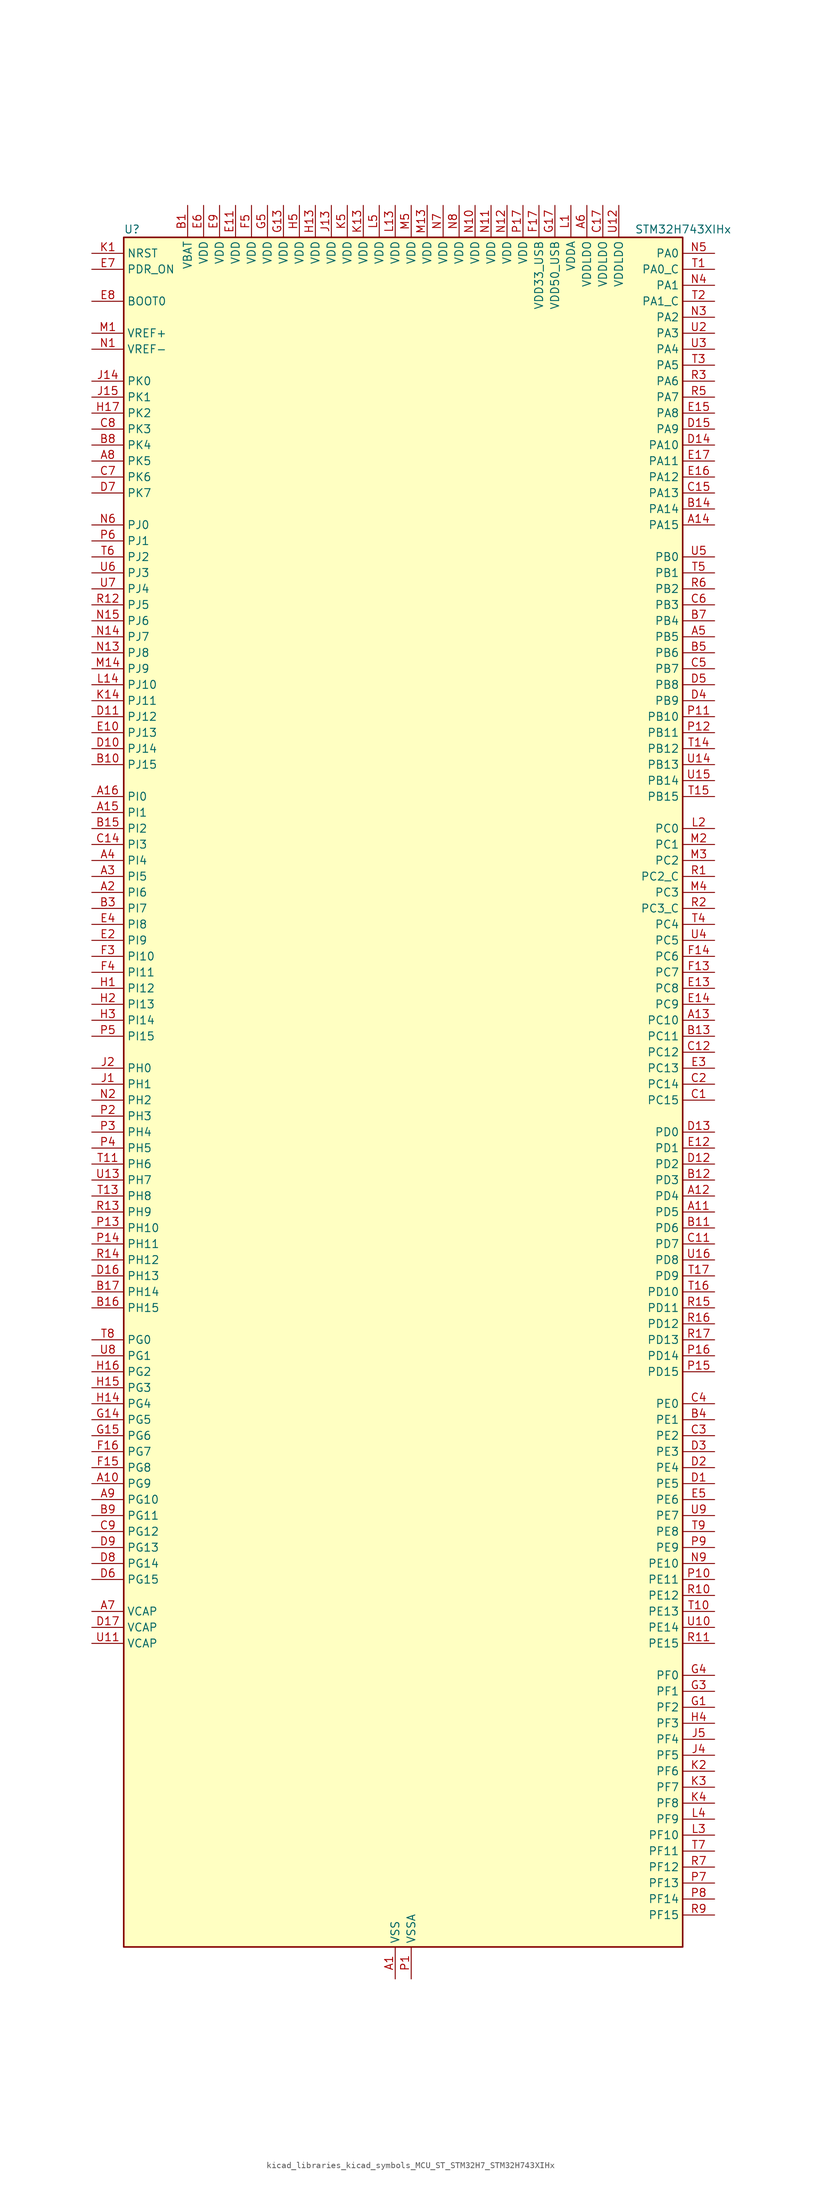
<source format=kicad_sym>
(kicad_symbol_lib
  (version 20220914)
  (generator kicad_symbol_editor)
  (symbol "kicad_libraries_kicad_symbols_MCU_ST_STM32H7_STM32H743XIHx"
    (property "Reference" "U"
      (at -43.18 138.43 0)
      (effects (font (size 1.27 1.27)) (justify left)))
    (property "Value" "STM32H743XIHx"
      (at 38.1 138.43 0)
      (effects (font (size 1.27 1.27)) (justify left)))
    (property "ki_locked" ""
      (at 0 0 0)
      (effects (font (size 1.27 1.27))))
    (symbol "kicad_libraries_kicad_symbols_MCU_ST_STM32H7_STM32H743XIHx_0_1"
      (rectangle (start -43.18 -134.62) (end 45.72 137.16) (stroke (width 0.254) (type default)) (fill (type background))))
    (symbol "kicad_libraries_kicad_symbols_MCU_ST_STM32H7_STM32H743XIHx_1_1"
      (pin power_in line (at 0 -139.7 90) (length 5.08) (name "VSS" (effects (font (size 1.27 1.27)))) (number "A1" (effects (font (size 1.27 1.27)))))
      (pin bidirectional line (at -48.26 -60.96 0) (length 5.08) (name "PG9" (effects (font (size 1.27 1.27)))) (number "A10" (effects (font (size 1.27 1.27)))) (alternate "DAC1_EXTI9" bidirectional line) (alternate "DCMI_VSYNC" bidirectional line) (alternate "FMC_NCE" bidirectional line) (alternate "FMC_NE2" bidirectional line) (alternate "I2S1_SDI" bidirectional line) (alternate "QUADSPI_BK2_IO2" bidirectional line) (alternate "SAI2_FS_B" bidirectional line) (alternate "SPDIFRX1_IN3" bidirectional line) (alternate "SPI1_MISO" bidirectional line) (alternate "USART6_RX" bidirectional line))
      (pin bidirectional line (at 50.8 -17.78 180) (length 5.08) (name "PD5" (effects (font (size 1.27 1.27)))) (number "A11" (effects (font (size 1.27 1.27)))) (alternate "FMC_NWE" bidirectional line) (alternate "HRTIM_EEV3" bidirectional line) (alternate "USART2_TX" bidirectional line))
      (pin bidirectional line (at 50.8 -15.24 180) (length 5.08) (name "PD4" (effects (font (size 1.27 1.27)))) (number "A12" (effects (font (size 1.27 1.27)))) (alternate "FMC_NOE" bidirectional line) (alternate "HRTIM_FLT3" bidirectional line) (alternate "SAI3_FS_A" bidirectional line) (alternate "USART2_DE" bidirectional line) (alternate "USART2_RTS" bidirectional line))
      (pin bidirectional line (at 50.8 12.7 180) (length 5.08) (name "PC10" (effects (font (size 1.27 1.27)))) (number "A13" (effects (font (size 1.27 1.27)))) (alternate "DCMI_D8" bidirectional line) (alternate "DFSDM1_CKIN5" bidirectional line) (alternate "HRTIM_EEV1" bidirectional line) (alternate "I2S3_CK" bidirectional line) (alternate "LTDC_R2" bidirectional line) (alternate "QUADSPI_BK1_IO1" bidirectional line) (alternate "SDMMC1_D2" bidirectional line) (alternate "SPI3_SCK" bidirectional line) (alternate "UART4_TX" bidirectional line) (alternate "USART3_TX" bidirectional line))
      (pin bidirectional line (at 50.8 91.44 180) (length 5.08) (name "PA15" (effects (font (size 1.27 1.27)))) (number "A14" (effects (font (size 1.27 1.27)))) (alternate "ADC1_EXTI15" bidirectional line) (alternate "ADC2_EXTI15" bidirectional line) (alternate "ADC3_EXTI15" bidirectional line) (alternate "CEC" bidirectional line) (alternate "DEBUG_JTDI" bidirectional line) (alternate "HRTIM_FLT1" bidirectional line) (alternate "I2S1_WS" bidirectional line) (alternate "I2S3_WS" bidirectional line) (alternate "SPI1_NSS" bidirectional line) (alternate "SPI3_NSS" bidirectional line) (alternate "SPI6_NSS" bidirectional line) (alternate "TIM2_CH1" bidirectional line) (alternate "TIM2_ETR" bidirectional line) (alternate "UART4_DE" bidirectional line) (alternate "UART4_RTS" bidirectional line) (alternate "UART7_TX" bidirectional line))
      (pin bidirectional line (at -48.26 45.72 0) (length 5.08) (name "PI1" (effects (font (size 1.27 1.27)))) (number "A15" (effects (font (size 1.27 1.27)))) (alternate "DCMI_D8" bidirectional line) (alternate "FMC_D25" bidirectional line) (alternate "I2S2_CK" bidirectional line) (alternate "LTDC_G6" bidirectional line) (alternate "SPI2_SCK" bidirectional line) (alternate "TIM8_BKIN2" bidirectional line) (alternate "TIM8_BKIN2_COMP1" bidirectional line) (alternate "TIM8_BKIN2_COMP2" bidirectional line))
      (pin bidirectional line (at -48.26 48.26 0) (length 5.08) (name "PI0" (effects (font (size 1.27 1.27)))) (number "A16" (effects (font (size 1.27 1.27)))) (alternate "DCMI_D13" bidirectional line) (alternate "FMC_D24" bidirectional line) (alternate "I2S2_WS" bidirectional line) (alternate "LTDC_G5" bidirectional line) (alternate "SPI2_NSS" bidirectional line) (alternate "TIM5_CH4" bidirectional line))
      (pin passive line (at 0 -139.7 90) (length 5.08) hide (name "VSS" (effects (font (size 1.27 1.27)))) (number "A17" (effects (font (size 1.27 1.27)))))
      (pin bidirectional line (at -48.26 33.02 0) (length 5.08) (name "PI6" (effects (font (size 1.27 1.27)))) (number "A2" (effects (font (size 1.27 1.27)))) (alternate "DCMI_D6" bidirectional line) (alternate "FMC_D28" bidirectional line) (alternate "LTDC_B6" bidirectional line) (alternate "SAI2_SD_A" bidirectional line) (alternate "TIM8_CH2" bidirectional line))
      (pin bidirectional line (at -48.26 35.56 0) (length 5.08) (name "PI5" (effects (font (size 1.27 1.27)))) (number "A3" (effects (font (size 1.27 1.27)))) (alternate "DCMI_VSYNC" bidirectional line) (alternate "FMC_NBL3" bidirectional line) (alternate "LTDC_B5" bidirectional line) (alternate "SAI2_SCK_A" bidirectional line) (alternate "TIM8_CH1" bidirectional line))
      (pin bidirectional line (at -48.26 38.1 0) (length 5.08) (name "PI4" (effects (font (size 1.27 1.27)))) (number "A4" (effects (font (size 1.27 1.27)))) (alternate "DCMI_D5" bidirectional line) (alternate "FMC_NBL2" bidirectional line) (alternate "LTDC_B4" bidirectional line) (alternate "SAI2_MCLK_A" bidirectional line) (alternate "TIM8_BKIN" bidirectional line) (alternate "TIM8_BKIN_COMP1" bidirectional line) (alternate "TIM8_BKIN_COMP2" bidirectional line))
      (pin bidirectional line (at 50.8 73.66 180) (length 5.08) (name "PB5" (effects (font (size 1.27 1.27)))) (number "A5" (effects (font (size 1.27 1.27)))) (alternate "DCMI_D10" bidirectional line) (alternate "ETH_PPS_OUT" bidirectional line) (alternate "FDCAN2_RX" bidirectional line) (alternate "FMC_SDCKE1" bidirectional line) (alternate "HRTIM_EEV7" bidirectional line) (alternate "I2C1_SMBA" bidirectional line) (alternate "I2C4_SMBA" bidirectional line) (alternate "I2S1_SDO" bidirectional line) (alternate "I2S3_SDO" bidirectional line) (alternate "SPI1_MOSI" bidirectional line) (alternate "SPI3_MOSI" bidirectional line) (alternate "SPI6_MOSI" bidirectional line) (alternate "TIM17_BKIN" bidirectional line) (alternate "TIM3_CH2" bidirectional line) (alternate "UART5_RX" bidirectional line) (alternate "USB_OTG_HS_ULPI_D7" bidirectional line))
      (pin power_in line (at 30.48 142.24 270) (length 5.08) (name "VDDLDO" (effects (font (size 1.27 1.27)))) (number "A6" (effects (font (size 1.27 1.27)))))
      (pin power_out line (at -48.26 -81.28 0) (length 5.08) (name "VCAP" (effects (font (size 1.27 1.27)))) (number "A7" (effects (font (size 1.27 1.27)))))
      (pin bidirectional line (at -48.26 101.6 0) (length 5.08) (name "PK5" (effects (font (size 1.27 1.27)))) (number "A8" (effects (font (size 1.27 1.27)))) (alternate "LTDC_B6" bidirectional line))
      (pin bidirectional line (at -48.26 -63.5 0) (length 5.08) (name "PG10" (effects (font (size 1.27 1.27)))) (number "A9" (effects (font (size 1.27 1.27)))) (alternate "DCMI_D2" bidirectional line) (alternate "FMC_NE3" bidirectional line) (alternate "HRTIM_FLT5" bidirectional line) (alternate "I2S1_WS" bidirectional line) (alternate "LTDC_B2" bidirectional line) (alternate "LTDC_G3" bidirectional line) (alternate "SAI2_SD_B" bidirectional line) (alternate "SPI1_NSS" bidirectional line))
      (pin power_in line (at -33.02 142.24 270) (length 5.08) (name "VBAT" (effects (font (size 1.27 1.27)))) (number "B1" (effects (font (size 1.27 1.27)))))
      (pin bidirectional line (at -48.26 53.34 0) (length 5.08) (name "PJ15" (effects (font (size 1.27 1.27)))) (number "B10" (effects (font (size 1.27 1.27)))) (alternate "ADC1_EXTI15" bidirectional line) (alternate "ADC2_EXTI15" bidirectional line) (alternate "ADC3_EXTI15" bidirectional line) (alternate "LTDC_B3" bidirectional line))
      (pin bidirectional line (at 50.8 -20.32 180) (length 5.08) (name "PD6" (effects (font (size 1.27 1.27)))) (number "B11" (effects (font (size 1.27 1.27)))) (alternate "DCMI_D10" bidirectional line) (alternate "DFSDM1_CKIN4" bidirectional line) (alternate "DFSDM1_DATIN1" bidirectional line) (alternate "FMC_NWAIT" bidirectional line) (alternate "I2S3_SDO" bidirectional line) (alternate "LTDC_B2" bidirectional line) (alternate "SAI1_D1" bidirectional line) (alternate "SAI1_SD_A" bidirectional line) (alternate "SAI4_D1" bidirectional line) (alternate "SAI4_SD_A" bidirectional line) (alternate "SDMMC2_CK" bidirectional line) (alternate "SPI3_MOSI" bidirectional line) (alternate "USART2_RX" bidirectional line))
      (pin bidirectional line (at 50.8 -12.7 180) (length 5.08) (name "PD3" (effects (font (size 1.27 1.27)))) (number "B12" (effects (font (size 1.27 1.27)))) (alternate "DCMI_D5" bidirectional line) (alternate "DFSDM1_CKOUT" bidirectional line) (alternate "FMC_CLK" bidirectional line) (alternate "I2S2_CK" bidirectional line) (alternate "LTDC_G7" bidirectional line) (alternate "SPI2_SCK" bidirectional line) (alternate "USART2_CTS" bidirectional line) (alternate "USART2_NSS" bidirectional line))
      (pin bidirectional line (at 50.8 10.16 180) (length 5.08) (name "PC11" (effects (font (size 1.27 1.27)))) (number "B13" (effects (font (size 1.27 1.27)))) (alternate "ADC1_EXTI11" bidirectional line) (alternate "ADC2_EXTI11" bidirectional line) (alternate "ADC3_EXTI11" bidirectional line) (alternate "DCMI_D4" bidirectional line) (alternate "DFSDM1_DATIN5" bidirectional line) (alternate "HRTIM_FLT2" bidirectional line) (alternate "I2S3_SDI" bidirectional line) (alternate "QUADSPI_BK2_NCS" bidirectional line) (alternate "SDMMC1_D3" bidirectional line) (alternate "SPI3_MISO" bidirectional line) (alternate "UART4_RX" bidirectional line) (alternate "USART3_RX" bidirectional line))
      (pin bidirectional line (at 50.8 93.98 180) (length 5.08) (name "PA14" (effects (font (size 1.27 1.27)))) (number "B14" (effects (font (size 1.27 1.27)))) (alternate "DEBUG_JTCK-SWCLK" bidirectional line))
      (pin bidirectional line (at -48.26 43.18 0) (length 5.08) (name "PI2" (effects (font (size 1.27 1.27)))) (number "B15" (effects (font (size 1.27 1.27)))) (alternate "DCMI_D9" bidirectional line) (alternate "FMC_D26" bidirectional line) (alternate "I2S2_SDI" bidirectional line) (alternate "LTDC_G7" bidirectional line) (alternate "SPI2_MISO" bidirectional line) (alternate "TIM8_CH4" bidirectional line))
      (pin bidirectional line (at -48.26 -33.02 0) (length 5.08) (name "PH15" (effects (font (size 1.27 1.27)))) (number "B16" (effects (font (size 1.27 1.27)))) (alternate "ADC1_EXTI15" bidirectional line) (alternate "ADC2_EXTI15" bidirectional line) (alternate "ADC3_EXTI15" bidirectional line) (alternate "DCMI_D11" bidirectional line) (alternate "FMC_D23" bidirectional line) (alternate "LTDC_G4" bidirectional line) (alternate "TIM8_CH3N" bidirectional line))
      (pin bidirectional line (at -48.26 -30.48 0) (length 5.08) (name "PH14" (effects (font (size 1.27 1.27)))) (number "B17" (effects (font (size 1.27 1.27)))) (alternate "DCMI_D4" bidirectional line) (alternate "FDCAN1_RX" bidirectional line) (alternate "FMC_D22" bidirectional line) (alternate "LTDC_G3" bidirectional line) (alternate "TIM8_CH2N" bidirectional line) (alternate "UART4_RX" bidirectional line))
      (pin passive line (at 0 -139.7 90) (length 5.08) hide (name "VSS" (effects (font (size 1.27 1.27)))) (number "B2" (effects (font (size 1.27 1.27)))))
      (pin bidirectional line (at -48.26 30.48 0) (length 5.08) (name "PI7" (effects (font (size 1.27 1.27)))) (number "B3" (effects (font (size 1.27 1.27)))) (alternate "DCMI_D7" bidirectional line) (alternate "FMC_D29" bidirectional line) (alternate "LTDC_B7" bidirectional line) (alternate "SAI2_FS_A" bidirectional line) (alternate "TIM8_CH3" bidirectional line))
      (pin bidirectional line (at 50.8 -50.8 180) (length 5.08) (name "PE1" (effects (font (size 1.27 1.27)))) (number "B4" (effects (font (size 1.27 1.27)))) (alternate "DCMI_D3" bidirectional line) (alternate "FMC_NBL1" bidirectional line) (alternate "HRTIM_SCOUT" bidirectional line) (alternate "LPTIM1_IN2" bidirectional line) (alternate "UART8_TX" bidirectional line))
      (pin bidirectional line (at 50.8 71.12 180) (length 5.08) (name "PB6" (effects (font (size 1.27 1.27)))) (number "B5" (effects (font (size 1.27 1.27)))) (alternate "CEC" bidirectional line) (alternate "DCMI_D5" bidirectional line) (alternate "DFSDM1_DATIN5" bidirectional line) (alternate "FDCAN2_TX" bidirectional line) (alternate "FMC_SDNE1" bidirectional line) (alternate "HRTIM_EEV8" bidirectional line) (alternate "I2C1_SCL" bidirectional line) (alternate "I2C4_SCL" bidirectional line) (alternate "LPUART1_TX" bidirectional line) (alternate "QUADSPI_BK1_NCS" bidirectional line) (alternate "TIM16_CH1N" bidirectional line) (alternate "TIM4_CH1" bidirectional line) (alternate "UART5_TX" bidirectional line) (alternate "USART1_TX" bidirectional line))
      (pin passive line (at 0 -139.7 90) (length 5.08) hide (name "VSS" (effects (font (size 1.27 1.27)))) (number "B6" (effects (font (size 1.27 1.27)))))
      (pin bidirectional line (at 50.8 76.2 180) (length 5.08) (name "PB4" (effects (font (size 1.27 1.27)))) (number "B7" (effects (font (size 1.27 1.27)))) (alternate "DEBUG_JTRST" bidirectional line) (alternate "HRTIM_EEV6" bidirectional line) (alternate "I2S1_SDI" bidirectional line) (alternate "I2S2_WS" bidirectional line) (alternate "I2S3_SDI" bidirectional line) (alternate "SDMMC2_D3" bidirectional line) (alternate "SPI1_MISO" bidirectional line) (alternate "SPI2_NSS" bidirectional line) (alternate "SPI3_MISO" bidirectional line) (alternate "SPI6_MISO" bidirectional line) (alternate "TIM16_BKIN" bidirectional line) (alternate "TIM3_CH1" bidirectional line) (alternate "UART7_TX" bidirectional line))
      (pin bidirectional line (at -48.26 104.14 0) (length 5.08) (name "PK4" (effects (font (size 1.27 1.27)))) (number "B8" (effects (font (size 1.27 1.27)))) (alternate "LTDC_B5" bidirectional line))
      (pin bidirectional line (at -48.26 -66.04 0) (length 5.08) (name "PG11" (effects (font (size 1.27 1.27)))) (number "B9" (effects (font (size 1.27 1.27)))) (alternate "ADC1_EXTI11" bidirectional line) (alternate "ADC2_EXTI11" bidirectional line) (alternate "ADC3_EXTI11" bidirectional line) (alternate "DCMI_D3" bidirectional line) (alternate "ETH_TX_EN" bidirectional line) (alternate "HRTIM_EEV4" bidirectional line) (alternate "I2S1_CK" bidirectional line) (alternate "LPTIM1_IN2" bidirectional line) (alternate "LTDC_B3" bidirectional line) (alternate "SDMMC2_D2" bidirectional line) (alternate "SPDIFRX1_IN0" bidirectional line) (alternate "SPI1_SCK" bidirectional line))
      (pin bidirectional line (at 50.8 0 180) (length 5.08) (name "PC15" (effects (font (size 1.27 1.27)))) (number "C1" (effects (font (size 1.27 1.27)))) (alternate "ADC1_EXTI15" bidirectional line) (alternate "ADC2_EXTI15" bidirectional line) (alternate "ADC3_EXTI15" bidirectional line) (alternate "RCC_OSC32_OUT" bidirectional line))
      (pin passive line (at 0 -139.7 90) (length 5.08) hide (name "VSS" (effects (font (size 1.27 1.27)))) (number "C10" (effects (font (size 1.27 1.27)))))
      (pin bidirectional line (at 50.8 -22.86 180) (length 5.08) (name "PD7" (effects (font (size 1.27 1.27)))) (number "C11" (effects (font (size 1.27 1.27)))) (alternate "DFSDM1_CKIN1" bidirectional line) (alternate "DFSDM1_DATIN4" bidirectional line) (alternate "FMC_NE1" bidirectional line) (alternate "I2S1_SDO" bidirectional line) (alternate "SDMMC2_CMD" bidirectional line) (alternate "SPDIFRX1_IN0" bidirectional line) (alternate "SPI1_MOSI" bidirectional line) (alternate "USART2_CK" bidirectional line))
      (pin bidirectional line (at 50.8 7.62 180) (length 5.08) (name "PC12" (effects (font (size 1.27 1.27)))) (number "C12" (effects (font (size 1.27 1.27)))) (alternate "DCMI_D9" bidirectional line) (alternate "DEBUG_TRACED3" bidirectional line) (alternate "HRTIM_EEV2" bidirectional line) (alternate "I2S3_SDO" bidirectional line) (alternate "SDMMC1_CK" bidirectional line) (alternate "SPI3_MOSI" bidirectional line) (alternate "UART5_TX" bidirectional line) (alternate "USART3_CK" bidirectional line))
      (pin passive line (at 0 -139.7 90) (length 5.08) hide (name "VSS" (effects (font (size 1.27 1.27)))) (number "C13" (effects (font (size 1.27 1.27)))))
      (pin bidirectional line (at -48.26 40.64 0) (length 5.08) (name "PI3" (effects (font (size 1.27 1.27)))) (number "C14" (effects (font (size 1.27 1.27)))) (alternate "DCMI_D10" bidirectional line) (alternate "FMC_D27" bidirectional line) (alternate "I2S2_SDO" bidirectional line) (alternate "SPI2_MOSI" bidirectional line) (alternate "TIM8_ETR" bidirectional line))
      (pin bidirectional line (at 50.8 96.52 180) (length 5.08) (name "PA13" (effects (font (size 1.27 1.27)))) (number "C15" (effects (font (size 1.27 1.27)))) (alternate "DEBUG_JTMS-SWDIO" bidirectional line))
      (pin passive line (at 0 -139.7 90) (length 5.08) hide (name "VSS" (effects (font (size 1.27 1.27)))) (number "C16" (effects (font (size 1.27 1.27)))))
      (pin power_in line (at 33.02 142.24 270) (length 5.08) (name "VDDLDO" (effects (font (size 1.27 1.27)))) (number "C17" (effects (font (size 1.27 1.27)))))
      (pin bidirectional line (at 50.8 2.54 180) (length 5.08) (name "PC14" (effects (font (size 1.27 1.27)))) (number "C2" (effects (font (size 1.27 1.27)))) (alternate "RCC_OSC32_IN" bidirectional line))
      (pin bidirectional line (at 50.8 -53.34 180) (length 5.08) (name "PE2" (effects (font (size 1.27 1.27)))) (number "C3" (effects (font (size 1.27 1.27)))) (alternate "DEBUG_TRACECLK" bidirectional line) (alternate "ETH_TXD3" bidirectional line) (alternate "FMC_A23" bidirectional line) (alternate "QUADSPI_BK1_IO2" bidirectional line) (alternate "SAI1_CK1" bidirectional line) (alternate "SAI1_MCLK_A" bidirectional line) (alternate "SAI4_CK1" bidirectional line) (alternate "SAI4_MCLK_A" bidirectional line) (alternate "SPI4_SCK" bidirectional line))
      (pin bidirectional line (at 50.8 -48.26 180) (length 5.08) (name "PE0" (effects (font (size 1.27 1.27)))) (number "C4" (effects (font (size 1.27 1.27)))) (alternate "DCMI_D2" bidirectional line) (alternate "FMC_NBL0" bidirectional line) (alternate "HRTIM_SCIN" bidirectional line) (alternate "LPTIM1_ETR" bidirectional line) (alternate "LPTIM2_ETR" bidirectional line) (alternate "SAI2_MCLK_A" bidirectional line) (alternate "TIM4_ETR" bidirectional line) (alternate "UART8_RX" bidirectional line))
      (pin bidirectional line (at 50.8 68.58 180) (length 5.08) (name "PB7" (effects (font (size 1.27 1.27)))) (number "C5" (effects (font (size 1.27 1.27)))) (alternate "DCMI_VSYNC" bidirectional line) (alternate "DFSDM1_CKIN5" bidirectional line) (alternate "FMC_NL" bidirectional line) (alternate "HRTIM_EEV9" bidirectional line) (alternate "I2C1_SDA" bidirectional line) (alternate "I2C4_SDA" bidirectional line) (alternate "LPUART1_RX" bidirectional line) (alternate "PWR_PVD_IN" bidirectional line) (alternate "TIM17_CH1N" bidirectional line) (alternate "TIM4_CH2" bidirectional line) (alternate "USART1_RX" bidirectional line))
      (pin bidirectional line (at 50.8 78.74 180) (length 5.08) (name "PB3" (effects (font (size 1.27 1.27)))) (number "C6" (effects (font (size 1.27 1.27)))) (alternate "CRS_SYNC" bidirectional line) (alternate "DEBUG_JTDO-SWO" bidirectional line) (alternate "HRTIM_FLT4" bidirectional line) (alternate "I2S1_CK" bidirectional line) (alternate "I2S3_CK" bidirectional line) (alternate "SDMMC2_D2" bidirectional line) (alternate "SPI1_SCK" bidirectional line) (alternate "SPI3_SCK" bidirectional line) (alternate "SPI6_SCK" bidirectional line) (alternate "TIM2_CH2" bidirectional line) (alternate "UART7_RX" bidirectional line))
      (pin bidirectional line (at -48.26 99.06 0) (length 5.08) (name "PK6" (effects (font (size 1.27 1.27)))) (number "C7" (effects (font (size 1.27 1.27)))) (alternate "LTDC_B7" bidirectional line))
      (pin bidirectional line (at -48.26 106.68 0) (length 5.08) (name "PK3" (effects (font (size 1.27 1.27)))) (number "C8" (effects (font (size 1.27 1.27)))) (alternate "LTDC_B4" bidirectional line))
      (pin bidirectional line (at -48.26 -68.58 0) (length 5.08) (name "PG12" (effects (font (size 1.27 1.27)))) (number "C9" (effects (font (size 1.27 1.27)))) (alternate "ETH_TXD1" bidirectional line) (alternate "FMC_NE4" bidirectional line) (alternate "HRTIM_EEV5" bidirectional line) (alternate "LPTIM1_IN1" bidirectional line) (alternate "LTDC_B1" bidirectional line) (alternate "LTDC_B4" bidirectional line) (alternate "SPDIFRX1_IN1" bidirectional line) (alternate "SPI6_MISO" bidirectional line) (alternate "USART6_DE" bidirectional line) (alternate "USART6_RTS" bidirectional line))
      (pin bidirectional line (at 50.8 -60.96 180) (length 5.08) (name "PE5" (effects (font (size 1.27 1.27)))) (number "D1" (effects (font (size 1.27 1.27)))) (alternate "DCMI_D6" bidirectional line) (alternate "DEBUG_TRACED2" bidirectional line) (alternate "DFSDM1_CKIN3" bidirectional line) (alternate "FMC_A21" bidirectional line) (alternate "LTDC_G0" bidirectional line) (alternate "SAI1_CK2" bidirectional line) (alternate "SAI1_SCK_A" bidirectional line) (alternate "SAI4_CK2" bidirectional line) (alternate "SAI4_SCK_A" bidirectional line) (alternate "SPI4_MISO" bidirectional line) (alternate "TIM15_CH1" bidirectional line))
      (pin bidirectional line (at -48.26 55.88 0) (length 5.08) (name "PJ14" (effects (font (size 1.27 1.27)))) (number "D10" (effects (font (size 1.27 1.27)))) (alternate "LTDC_B2" bidirectional line))
      (pin bidirectional line (at -48.26 60.96 0) (length 5.08) (name "PJ12" (effects (font (size 1.27 1.27)))) (number "D11" (effects (font (size 1.27 1.27)))) (alternate "DEBUG_TRGOUT" bidirectional line) (alternate "LTDC_B0" bidirectional line) (alternate "LTDC_G3" bidirectional line))
      (pin bidirectional line (at 50.8 -10.16 180) (length 5.08) (name "PD2" (effects (font (size 1.27 1.27)))) (number "D12" (effects (font (size 1.27 1.27)))) (alternate "DCMI_D11" bidirectional line) (alternate "DEBUG_TRACED2" bidirectional line) (alternate "SDMMC1_CMD" bidirectional line) (alternate "TIM3_ETR" bidirectional line) (alternate "UART5_RX" bidirectional line))
      (pin bidirectional line (at 50.8 -5.08 180) (length 5.08) (name "PD0" (effects (font (size 1.27 1.27)))) (number "D13" (effects (font (size 1.27 1.27)))) (alternate "DFSDM1_CKIN6" bidirectional line) (alternate "FDCAN1_RX" bidirectional line) (alternate "FMC_D2" bidirectional line) (alternate "FMC_DA2" bidirectional line) (alternate "SAI3_SCK_A" bidirectional line) (alternate "UART4_RX" bidirectional line))
      (pin bidirectional line (at 50.8 104.14 180) (length 5.08) (name "PA10" (effects (font (size 1.27 1.27)))) (number "D14" (effects (font (size 1.27 1.27)))) (alternate "DCMI_D1" bidirectional line) (alternate "HRTIM_CHC2" bidirectional line) (alternate "LPUART1_RX" bidirectional line) (alternate "LTDC_B1" bidirectional line) (alternate "LTDC_B4" bidirectional line) (alternate "MDIOS_MDIO" bidirectional line) (alternate "TIM1_CH3" bidirectional line) (alternate "USART1_RX" bidirectional line) (alternate "USB_OTG_FS_ID" bidirectional line))
      (pin bidirectional line (at 50.8 106.68 180) (length 5.08) (name "PA9" (effects (font (size 1.27 1.27)))) (number "D15" (effects (font (size 1.27 1.27)))) (alternate "DAC1_EXTI9" bidirectional line) (alternate "DCMI_D0" bidirectional line) (alternate "HRTIM_CHC1" bidirectional line) (alternate "I2C3_SMBA" bidirectional line) (alternate "I2S2_CK" bidirectional line) (alternate "LPUART1_TX" bidirectional line) (alternate "LTDC_R5" bidirectional line) (alternate "SPI2_SCK" bidirectional line) (alternate "TIM1_CH2" bidirectional line) (alternate "USART1_TX" bidirectional line) (alternate "USB_OTG_FS_VBUS" bidirectional line))
      (pin bidirectional line (at -48.26 -27.94 0) (length 5.08) (name "PH13" (effects (font (size 1.27 1.27)))) (number "D16" (effects (font (size 1.27 1.27)))) (alternate "FDCAN1_TX" bidirectional line) (alternate "FMC_D21" bidirectional line) (alternate "LTDC_G2" bidirectional line) (alternate "TIM8_CH1N" bidirectional line) (alternate "UART4_TX" bidirectional line))
      (pin power_out line (at -48.26 -83.82 0) (length 5.08) (name "VCAP" (effects (font (size 1.27 1.27)))) (number "D17" (effects (font (size 1.27 1.27)))))
      (pin bidirectional line (at 50.8 -58.42 180) (length 5.08) (name "PE4" (effects (font (size 1.27 1.27)))) (number "D2" (effects (font (size 1.27 1.27)))) (alternate "DCMI_D4" bidirectional line) (alternate "DEBUG_TRACED1" bidirectional line) (alternate "DFSDM1_DATIN3" bidirectional line) (alternate "FMC_A20" bidirectional line) (alternate "LTDC_B0" bidirectional line) (alternate "SAI1_D2" bidirectional line) (alternate "SAI1_FS_A" bidirectional line) (alternate "SAI4_D2" bidirectional line) (alternate "SAI4_FS_A" bidirectional line) (alternate "SPI4_NSS" bidirectional line) (alternate "TIM15_CH1N" bidirectional line))
      (pin bidirectional line (at 50.8 -55.88 180) (length 5.08) (name "PE3" (effects (font (size 1.27 1.27)))) (number "D3" (effects (font (size 1.27 1.27)))) (alternate "DEBUG_TRACED0" bidirectional line) (alternate "FMC_A19" bidirectional line) (alternate "SAI1_SD_B" bidirectional line) (alternate "SAI4_SD_B" bidirectional line) (alternate "TIM15_BKIN" bidirectional line))
      (pin bidirectional line (at 50.8 63.5 180) (length 5.08) (name "PB9" (effects (font (size 1.27 1.27)))) (number "D4" (effects (font (size 1.27 1.27)))) (alternate "DAC1_EXTI9" bidirectional line) (alternate "DCMI_D7" bidirectional line) (alternate "DFSDM1_DATIN7" bidirectional line) (alternate "FDCAN1_TX" bidirectional line) (alternate "I2C1_SDA" bidirectional line) (alternate "I2C4_SDA" bidirectional line) (alternate "I2C4_SMBA" bidirectional line) (alternate "I2S2_WS" bidirectional line) (alternate "LTDC_B7" bidirectional line) (alternate "SDMMC1_CDIR" bidirectional line) (alternate "SDMMC1_D5" bidirectional line) (alternate "SDMMC2_D5" bidirectional line) (alternate "SPI2_NSS" bidirectional line) (alternate "TIM17_CH1" bidirectional line) (alternate "TIM4_CH4" bidirectional line) (alternate "UART4_TX" bidirectional line))
      (pin bidirectional line (at 50.8 66.04 180) (length 5.08) (name "PB8" (effects (font (size 1.27 1.27)))) (number "D5" (effects (font (size 1.27 1.27)))) (alternate "DCMI_D6" bidirectional line) (alternate "DFSDM1_CKIN7" bidirectional line) (alternate "ETH_TXD3" bidirectional line) (alternate "FDCAN1_RX" bidirectional line) (alternate "I2C1_SCL" bidirectional line) (alternate "I2C4_SCL" bidirectional line) (alternate "LTDC_B6" bidirectional line) (alternate "SDMMC1_CKIN" bidirectional line) (alternate "SDMMC1_D4" bidirectional line) (alternate "SDMMC2_D4" bidirectional line) (alternate "TIM16_CH1" bidirectional line) (alternate "TIM4_CH3" bidirectional line) (alternate "UART4_RX" bidirectional line))
      (pin bidirectional line (at -48.26 -76.2 0) (length 5.08) (name "PG15" (effects (font (size 1.27 1.27)))) (number "D6" (effects (font (size 1.27 1.27)))) (alternate "ADC1_EXTI15" bidirectional line) (alternate "ADC2_EXTI15" bidirectional line) (alternate "ADC3_EXTI15" bidirectional line) (alternate "DCMI_D13" bidirectional line) (alternate "FMC_SDNCAS" bidirectional line) (alternate "USART6_CTS" bidirectional line) (alternate "USART6_NSS" bidirectional line))
      (pin bidirectional line (at -48.26 96.52 0) (length 5.08) (name "PK7" (effects (font (size 1.27 1.27)))) (number "D7" (effects (font (size 1.27 1.27)))) (alternate "LTDC_DE" bidirectional line))
      (pin bidirectional line (at -48.26 -73.66 0) (length 5.08) (name "PG14" (effects (font (size 1.27 1.27)))) (number "D8" (effects (font (size 1.27 1.27)))) (alternate "DEBUG_TRACED1" bidirectional line) (alternate "ETH_TXD1" bidirectional line) (alternate "FMC_A25" bidirectional line) (alternate "LPTIM1_ETR" bidirectional line) (alternate "LTDC_B0" bidirectional line) (alternate "QUADSPI_BK2_IO3" bidirectional line) (alternate "SPI6_MOSI" bidirectional line) (alternate "USART6_TX" bidirectional line))
      (pin bidirectional line (at -48.26 -71.12 0) (length 5.08) (name "PG13" (effects (font (size 1.27 1.27)))) (number "D9" (effects (font (size 1.27 1.27)))) (alternate "DEBUG_TRACED0" bidirectional line) (alternate "ETH_TXD0" bidirectional line) (alternate "FMC_A24" bidirectional line) (alternate "HRTIM_EEV10" bidirectional line) (alternate "LPTIM1_OUT" bidirectional line) (alternate "LTDC_R0" bidirectional line) (alternate "SPI6_SCK" bidirectional line) (alternate "USART6_CTS" bidirectional line) (alternate "USART6_NSS" bidirectional line))
      (pin no_connect line (at -43.18 -134.62 0) (length 5.08) hide (name "NC" (effects (font (size 1.27 1.27)))) (number "E1" (effects (font (size 1.27 1.27)))))
      (pin bidirectional line (at -48.26 58.42 0) (length 5.08) (name "PJ13" (effects (font (size 1.27 1.27)))) (number "E10" (effects (font (size 1.27 1.27)))) (alternate "LTDC_B1" bidirectional line) (alternate "LTDC_B4" bidirectional line))
      (pin power_in line (at -25.4 142.24 270) (length 5.08) (name "VDD" (effects (font (size 1.27 1.27)))) (number "E11" (effects (font (size 1.27 1.27)))))
      (pin bidirectional line (at 50.8 -7.62 180) (length 5.08) (name "PD1" (effects (font (size 1.27 1.27)))) (number "E12" (effects (font (size 1.27 1.27)))) (alternate "DFSDM1_DATIN6" bidirectional line) (alternate "FDCAN1_TX" bidirectional line) (alternate "FMC_D3" bidirectional line) (alternate "FMC_DA3" bidirectional line) (alternate "SAI3_SD_A" bidirectional line) (alternate "UART4_TX" bidirectional line))
      (pin bidirectional line (at 50.8 17.78 180) (length 5.08) (name "PC8" (effects (font (size 1.27 1.27)))) (number "E13" (effects (font (size 1.27 1.27)))) (alternate "DCMI_D2" bidirectional line) (alternate "DEBUG_TRACED1" bidirectional line) (alternate "FMC_NCE" bidirectional line) (alternate "FMC_NE2" bidirectional line) (alternate "HRTIM_CHB1" bidirectional line) (alternate "SDMMC1_D0" bidirectional line) (alternate "SWPMI1_RX" bidirectional line) (alternate "TIM3_CH3" bidirectional line) (alternate "TIM8_CH3" bidirectional line) (alternate "UART5_DE" bidirectional line) (alternate "UART5_RTS" bidirectional line) (alternate "USART6_CK" bidirectional line))
      (pin bidirectional line (at 50.8 15.24 180) (length 5.08) (name "PC9" (effects (font (size 1.27 1.27)))) (number "E14" (effects (font (size 1.27 1.27)))) (alternate "DAC1_EXTI9" bidirectional line) (alternate "DCMI_D3" bidirectional line) (alternate "I2C3_SDA" bidirectional line) (alternate "I2S_CKIN" bidirectional line) (alternate "LTDC_B2" bidirectional line) (alternate "LTDC_G3" bidirectional line) (alternate "QUADSPI_BK1_IO0" bidirectional line) (alternate "RCC_MCO_2" bidirectional line) (alternate "SDMMC1_D1" bidirectional line) (alternate "SWPMI1_SUSPEND" bidirectional line) (alternate "TIM3_CH4" bidirectional line) (alternate "TIM8_CH4" bidirectional line) (alternate "UART5_CTS" bidirectional line))
      (pin bidirectional line (at 50.8 109.22 180) (length 5.08) (name "PA8" (effects (font (size 1.27 1.27)))) (number "E15" (effects (font (size 1.27 1.27)))) (alternate "HRTIM_CHB2" bidirectional line) (alternate "I2C3_SCL" bidirectional line) (alternate "LTDC_B3" bidirectional line) (alternate "LTDC_R6" bidirectional line) (alternate "RCC_MCO_1" bidirectional line) (alternate "TIM1_CH1" bidirectional line) (alternate "TIM8_BKIN2" bidirectional line) (alternate "TIM8_BKIN2_COMP1" bidirectional line) (alternate "TIM8_BKIN2_COMP2" bidirectional line) (alternate "UART7_RX" bidirectional line) (alternate "USART1_CK" bidirectional line) (alternate "USB_OTG_FS_SOF" bidirectional line))
      (pin bidirectional line (at 50.8 99.06 180) (length 5.08) (name "PA12" (effects (font (size 1.27 1.27)))) (number "E16" (effects (font (size 1.27 1.27)))) (alternate "FDCAN1_TX" bidirectional line) (alternate "HRTIM_CHD2" bidirectional line) (alternate "I2S2_CK" bidirectional line) (alternate "LPUART1_DE" bidirectional line) (alternate "LPUART1_RTS" bidirectional line) (alternate "LTDC_R5" bidirectional line) (alternate "SAI2_FS_B" bidirectional line) (alternate "SPI2_SCK" bidirectional line) (alternate "TIM1_ETR" bidirectional line) (alternate "UART4_TX" bidirectional line) (alternate "USART1_DE" bidirectional line) (alternate "USART1_RTS" bidirectional line) (alternate "USB_OTG_FS_DP" bidirectional line))
      (pin bidirectional line (at 50.8 101.6 180) (length 5.08) (name "PA11" (effects (font (size 1.27 1.27)))) (number "E17" (effects (font (size 1.27 1.27)))) (alternate "ADC1_EXTI11" bidirectional line) (alternate "ADC2_EXTI11" bidirectional line) (alternate "ADC3_EXTI11" bidirectional line) (alternate "FDCAN1_RX" bidirectional line) (alternate "HRTIM_CHD1" bidirectional line) (alternate "I2S2_WS" bidirectional line) (alternate "LPUART1_CTS" bidirectional line) (alternate "LTDC_R4" bidirectional line) (alternate "SPI2_NSS" bidirectional line) (alternate "TIM1_CH4" bidirectional line) (alternate "UART4_RX" bidirectional line) (alternate "USART1_CTS" bidirectional line) (alternate "USART1_NSS" bidirectional line) (alternate "USB_OTG_FS_DM" bidirectional line))
      (pin bidirectional line (at -48.26 25.4 0) (length 5.08) (name "PI9" (effects (font (size 1.27 1.27)))) (number "E2" (effects (font (size 1.27 1.27)))) (alternate "DAC1_EXTI9" bidirectional line) (alternate "FDCAN1_RX" bidirectional line) (alternate "FMC_D30" bidirectional line) (alternate "LTDC_VSYNC" bidirectional line) (alternate "UART4_RX" bidirectional line))
      (pin bidirectional line (at 50.8 5.08 180) (length 5.08) (name "PC13" (effects (font (size 1.27 1.27)))) (number "E3" (effects (font (size 1.27 1.27)))) (alternate "PWR_WKUP2" bidirectional line) (alternate "RTC_OUT_ALARM" bidirectional line) (alternate "RTC_OUT_CALIB" bidirectional line) (alternate "RTC_TAMP1" bidirectional line) (alternate "RTC_TS" bidirectional line))
      (pin bidirectional line (at -48.26 27.94 0) (length 5.08) (name "PI8" (effects (font (size 1.27 1.27)))) (number "E4" (effects (font (size 1.27 1.27)))) (alternate "PWR_WKUP3" bidirectional line) (alternate "RTC_TAMP2" bidirectional line))
      (pin bidirectional line (at 50.8 -63.5 180) (length 5.08) (name "PE6" (effects (font (size 1.27 1.27)))) (number "E5" (effects (font (size 1.27 1.27)))) (alternate "DCMI_D7" bidirectional line) (alternate "DEBUG_TRACED3" bidirectional line) (alternate "FMC_A22" bidirectional line) (alternate "LTDC_G1" bidirectional line) (alternate "SAI1_D1" bidirectional line) (alternate "SAI1_SD_A" bidirectional line) (alternate "SAI2_MCLK_B" bidirectional line) (alternate "SAI4_D1" bidirectional line) (alternate "SAI4_SD_A" bidirectional line) (alternate "SPI4_MOSI" bidirectional line) (alternate "TIM15_CH2" bidirectional line) (alternate "TIM1_BKIN2" bidirectional line) (alternate "TIM1_BKIN2_COMP1" bidirectional line) (alternate "TIM1_BKIN2_COMP2" bidirectional line))
      (pin power_in line (at -30.48 142.24 270) (length 5.08) (name "VDD" (effects (font (size 1.27 1.27)))) (number "E6" (effects (font (size 1.27 1.27)))))
      (pin input line (at -48.26 132.08 0) (length 5.08) (name "PDR_ON" (effects (font (size 1.27 1.27)))) (number "E7" (effects (font (size 1.27 1.27)))))
      (pin input line (at -48.26 127 0) (length 5.08) (name "BOOT0" (effects (font (size 1.27 1.27)))) (number "E8" (effects (font (size 1.27 1.27)))))
      (pin power_in line (at -27.94 142.24 270) (length 5.08) (name "VDD" (effects (font (size 1.27 1.27)))) (number "E9" (effects (font (size 1.27 1.27)))))
      (pin passive line (at 0 -139.7 90) (length 5.08) hide (name "VSS" (effects (font (size 1.27 1.27)))) (number "F1" (effects (font (size 1.27 1.27)))))
      (pin bidirectional line (at 50.8 20.32 180) (length 5.08) (name "PC7" (effects (font (size 1.27 1.27)))) (number "F13" (effects (font (size 1.27 1.27)))) (alternate "DCMI_D1" bidirectional line) (alternate "DEBUG_TRGIO" bidirectional line) (alternate "DFSDM1_DATIN3" bidirectional line) (alternate "FMC_NE1" bidirectional line) (alternate "HRTIM_CHA2" bidirectional line) (alternate "I2S3_MCK" bidirectional line) (alternate "LTDC_G6" bidirectional line) (alternate "SDMMC1_D123DIR" bidirectional line) (alternate "SDMMC1_D7" bidirectional line) (alternate "SDMMC2_D7" bidirectional line) (alternate "SWPMI1_TX" bidirectional line) (alternate "TIM3_CH2" bidirectional line) (alternate "TIM8_CH2" bidirectional line) (alternate "USART6_RX" bidirectional line))
      (pin bidirectional line (at 50.8 22.86 180) (length 5.08) (name "PC6" (effects (font (size 1.27 1.27)))) (number "F14" (effects (font (size 1.27 1.27)))) (alternate "DCMI_D0" bidirectional line) (alternate "DFSDM1_CKIN3" bidirectional line) (alternate "FMC_NWAIT" bidirectional line) (alternate "HRTIM_CHA1" bidirectional line) (alternate "I2S2_MCK" bidirectional line) (alternate "LTDC_HSYNC" bidirectional line) (alternate "SDMMC1_D0DIR" bidirectional line) (alternate "SDMMC1_D6" bidirectional line) (alternate "SDMMC2_D6" bidirectional line) (alternate "SWPMI1_IO" bidirectional line) (alternate "TIM3_CH1" bidirectional line) (alternate "TIM8_CH1" bidirectional line) (alternate "USART6_TX" bidirectional line))
      (pin bidirectional line (at -48.26 -58.42 0) (length 5.08) (name "PG8" (effects (font (size 1.27 1.27)))) (number "F15" (effects (font (size 1.27 1.27)))) (alternate "ETH_PPS_OUT" bidirectional line) (alternate "FMC_SDCLK" bidirectional line) (alternate "LTDC_G7" bidirectional line) (alternate "SPDIFRX1_IN2" bidirectional line) (alternate "SPI6_NSS" bidirectional line) (alternate "TIM8_ETR" bidirectional line) (alternate "USART6_DE" bidirectional line) (alternate "USART6_RTS" bidirectional line))
      (pin bidirectional line (at -48.26 -55.88 0) (length 5.08) (name "PG7" (effects (font (size 1.27 1.27)))) (number "F16" (effects (font (size 1.27 1.27)))) (alternate "DCMI_D13" bidirectional line) (alternate "FMC_INT" bidirectional line) (alternate "HRTIM_CHE2" bidirectional line) (alternate "LTDC_CLK" bidirectional line) (alternate "SAI1_MCLK_A" bidirectional line) (alternate "USART6_CK" bidirectional line))
      (pin power_in line (at 22.86 142.24 270) (length 5.08) (name "VDD33_USB" (effects (font (size 1.27 1.27)))) (number "F17" (effects (font (size 1.27 1.27)))))
      (pin passive line (at 0 -139.7 90) (length 5.08) hide (name "VSS" (effects (font (size 1.27 1.27)))) (number "F2" (effects (font (size 1.27 1.27)))))
      (pin bidirectional line (at -48.26 22.86 0) (length 5.08) (name "PI10" (effects (font (size 1.27 1.27)))) (number "F3" (effects (font (size 1.27 1.27)))) (alternate "ETH_RX_ER" bidirectional line) (alternate "FMC_D31" bidirectional line) (alternate "LTDC_HSYNC" bidirectional line))
      (pin bidirectional line (at -48.26 20.32 0) (length 5.08) (name "PI11" (effects (font (size 1.27 1.27)))) (number "F4" (effects (font (size 1.27 1.27)))) (alternate "ADC1_EXTI11" bidirectional line) (alternate "ADC2_EXTI11" bidirectional line) (alternate "ADC3_EXTI11" bidirectional line) (alternate "LTDC_G6" bidirectional line) (alternate "PWR_WKUP4" bidirectional line) (alternate "USB_OTG_HS_ULPI_DIR" bidirectional line))
      (pin power_in line (at -22.86 142.24 270) (length 5.08) (name "VDD" (effects (font (size 1.27 1.27)))) (number "F5" (effects (font (size 1.27 1.27)))))
      (pin bidirectional line (at 50.8 -96.52 180) (length 5.08) (name "PF2" (effects (font (size 1.27 1.27)))) (number "G1" (effects (font (size 1.27 1.27)))) (alternate "FMC_A2" bidirectional line) (alternate "I2C2_SMBA" bidirectional line))
      (pin passive line (at 0 -139.7 90) (length 5.08) hide (name "VSS" (effects (font (size 1.27 1.27)))) (number "G10" (effects (font (size 1.27 1.27)))))
      (pin passive line (at 0 -139.7 90) (length 5.08) hide (name "VSS" (effects (font (size 1.27 1.27)))) (number "G11" (effects (font (size 1.27 1.27)))))
      (pin power_in line (at -17.78 142.24 270) (length 5.08) (name "VDD" (effects (font (size 1.27 1.27)))) (number "G13" (effects (font (size 1.27 1.27)))))
      (pin bidirectional line (at -48.26 -50.8 0) (length 5.08) (name "PG5" (effects (font (size 1.27 1.27)))) (number "G14" (effects (font (size 1.27 1.27)))) (alternate "FMC_A15" bidirectional line) (alternate "FMC_BA1" bidirectional line) (alternate "TIM1_ETR" bidirectional line))
      (pin bidirectional line (at -48.26 -53.34 0) (length 5.08) (name "PG6" (effects (font (size 1.27 1.27)))) (number "G15" (effects (font (size 1.27 1.27)))) (alternate "DCMI_D12" bidirectional line) (alternate "FMC_NE3" bidirectional line) (alternate "HRTIM_CHE1" bidirectional line) (alternate "LTDC_R7" bidirectional line) (alternate "QUADSPI_BK1_NCS" bidirectional line) (alternate "TIM17_BKIN" bidirectional line))
      (pin passive line (at 0 -139.7 90) (length 5.08) hide (name "VSS" (effects (font (size 1.27 1.27)))) (number "G16" (effects (font (size 1.27 1.27)))))
      (pin power_in line (at 25.4 142.24 270) (length 5.08) (name "VDD50_USB" (effects (font (size 1.27 1.27)))) (number "G17" (effects (font (size 1.27 1.27)))))
      (pin passive line (at 0 -139.7 90) (length 5.08) hide (name "VSS" (effects (font (size 1.27 1.27)))) (number "G2" (effects (font (size 1.27 1.27)))))
      (pin bidirectional line (at 50.8 -93.98 180) (length 5.08) (name "PF1" (effects (font (size 1.27 1.27)))) (number "G3" (effects (font (size 1.27 1.27)))) (alternate "FMC_A1" bidirectional line) (alternate "I2C2_SCL" bidirectional line))
      (pin bidirectional line (at 50.8 -91.44 180) (length 5.08) (name "PF0" (effects (font (size 1.27 1.27)))) (number "G4" (effects (font (size 1.27 1.27)))) (alternate "FMC_A0" bidirectional line) (alternate "I2C2_SDA" bidirectional line))
      (pin power_in line (at -20.32 142.24 270) (length 5.08) (name "VDD" (effects (font (size 1.27 1.27)))) (number "G5" (effects (font (size 1.27 1.27)))))
      (pin passive line (at 0 -139.7 90) (length 5.08) hide (name "VSS" (effects (font (size 1.27 1.27)))) (number "G7" (effects (font (size 1.27 1.27)))))
      (pin passive line (at 0 -139.7 90) (length 5.08) hide (name "VSS" (effects (font (size 1.27 1.27)))) (number "G8" (effects (font (size 1.27 1.27)))))
      (pin passive line (at 0 -139.7 90) (length 5.08) hide (name "VSS" (effects (font (size 1.27 1.27)))) (number "G9" (effects (font (size 1.27 1.27)))))
      (pin bidirectional line (at -48.26 17.78 0) (length 5.08) (name "PI12" (effects (font (size 1.27 1.27)))) (number "H1" (effects (font (size 1.27 1.27)))) (alternate "LTDC_HSYNC" bidirectional line))
      (pin passive line (at 0 -139.7 90) (length 5.08) hide (name "VSS" (effects (font (size 1.27 1.27)))) (number "H10" (effects (font (size 1.27 1.27)))))
      (pin passive line (at 0 -139.7 90) (length 5.08) hide (name "VSS" (effects (font (size 1.27 1.27)))) (number "H11" (effects (font (size 1.27 1.27)))))
      (pin power_in line (at -12.7 142.24 270) (length 5.08) (name "VDD" (effects (font (size 1.27 1.27)))) (number "H13" (effects (font (size 1.27 1.27)))))
      (pin bidirectional line (at -48.26 -48.26 0) (length 5.08) (name "PG4" (effects (font (size 1.27 1.27)))) (number "H14" (effects (font (size 1.27 1.27)))) (alternate "FMC_A14" bidirectional line) (alternate "FMC_BA0" bidirectional line) (alternate "TIM1_BKIN2" bidirectional line) (alternate "TIM1_BKIN2_COMP1" bidirectional line) (alternate "TIM1_BKIN2_COMP2" bidirectional line))
      (pin bidirectional line (at -48.26 -45.72 0) (length 5.08) (name "PG3" (effects (font (size 1.27 1.27)))) (number "H15" (effects (font (size 1.27 1.27)))) (alternate "FMC_A13" bidirectional line) (alternate "TIM8_BKIN2" bidirectional line) (alternate "TIM8_BKIN2_COMP1" bidirectional line) (alternate "TIM8_BKIN2_COMP2" bidirectional line))
      (pin bidirectional line (at -48.26 -43.18 0) (length 5.08) (name "PG2" (effects (font (size 1.27 1.27)))) (number "H16" (effects (font (size 1.27 1.27)))) (alternate "FMC_A12" bidirectional line) (alternate "TIM8_BKIN" bidirectional line) (alternate "TIM8_BKIN_COMP1" bidirectional line) (alternate "TIM8_BKIN_COMP2" bidirectional line))
      (pin bidirectional line (at -48.26 109.22 0) (length 5.08) (name "PK2" (effects (font (size 1.27 1.27)))) (number "H17" (effects (font (size 1.27 1.27)))) (alternate "LTDC_G7" bidirectional line) (alternate "TIM1_BKIN" bidirectional line) (alternate "TIM1_BKIN_COMP1" bidirectional line) (alternate "TIM1_BKIN_COMP2" bidirectional line) (alternate "TIM8_BKIN" bidirectional line) (alternate "TIM8_BKIN_COMP1" bidirectional line) (alternate "TIM8_BKIN_COMP2" bidirectional line))
      (pin bidirectional line (at -48.26 15.24 0) (length 5.08) (name "PI13" (effects (font (size 1.27 1.27)))) (number "H2" (effects (font (size 1.27 1.27)))) (alternate "LTDC_VSYNC" bidirectional line))
      (pin bidirectional line (at -48.26 12.7 0) (length 5.08) (name "PI14" (effects (font (size 1.27 1.27)))) (number "H3" (effects (font (size 1.27 1.27)))) (alternate "LTDC_CLK" bidirectional line))
      (pin bidirectional line (at 50.8 -99.06 180) (length 5.08) (name "PF3" (effects (font (size 1.27 1.27)))) (number "H4" (effects (font (size 1.27 1.27)))) (alternate "ADC3_INP5" bidirectional line) (alternate "FMC_A3" bidirectional line))
      (pin power_in line (at -15.24 142.24 270) (length 5.08) (name "VDD" (effects (font (size 1.27 1.27)))) (number "H5" (effects (font (size 1.27 1.27)))))
      (pin passive line (at 0 -139.7 90) (length 5.08) hide (name "VSS" (effects (font (size 1.27 1.27)))) (number "H7" (effects (font (size 1.27 1.27)))))
      (pin passive line (at 0 -139.7 90) (length 5.08) hide (name "VSS" (effects (font (size 1.27 1.27)))) (number "H8" (effects (font (size 1.27 1.27)))))
      (pin passive line (at 0 -139.7 90) (length 5.08) hide (name "VSS" (effects (font (size 1.27 1.27)))) (number "H9" (effects (font (size 1.27 1.27)))))
      (pin bidirectional line (at -48.26 2.54 0) (length 5.08) (name "PH1" (effects (font (size 1.27 1.27)))) (number "J1" (effects (font (size 1.27 1.27)))) (alternate "RCC_OSC_OUT" bidirectional line))
      (pin passive line (at 0 -139.7 90) (length 5.08) hide (name "VSS" (effects (font (size 1.27 1.27)))) (number "J10" (effects (font (size 1.27 1.27)))))
      (pin passive line (at 0 -139.7 90) (length 5.08) hide (name "VSS" (effects (font (size 1.27 1.27)))) (number "J11" (effects (font (size 1.27 1.27)))))
      (pin power_in line (at -10.16 142.24 270) (length 5.08) (name "VDD" (effects (font (size 1.27 1.27)))) (number "J13" (effects (font (size 1.27 1.27)))))
      (pin bidirectional line (at -48.26 114.3 0) (length 5.08) (name "PK0" (effects (font (size 1.27 1.27)))) (number "J14" (effects (font (size 1.27 1.27)))) (alternate "LTDC_G5" bidirectional line) (alternate "SPI5_SCK" bidirectional line) (alternate "TIM1_CH1N" bidirectional line) (alternate "TIM8_CH3" bidirectional line))
      (pin bidirectional line (at -48.26 111.76 0) (length 5.08) (name "PK1" (effects (font (size 1.27 1.27)))) (number "J15" (effects (font (size 1.27 1.27)))) (alternate "LTDC_G6" bidirectional line) (alternate "SPI5_NSS" bidirectional line) (alternate "TIM1_CH1" bidirectional line) (alternate "TIM8_CH3N" bidirectional line))
      (pin passive line (at 0 -139.7 90) (length 5.08) hide (name "VSS" (effects (font (size 1.27 1.27)))) (number "J16" (effects (font (size 1.27 1.27)))))
      (pin passive line (at 0 -139.7 90) (length 5.08) hide (name "VSS" (effects (font (size 1.27 1.27)))) (number "J17" (effects (font (size 1.27 1.27)))))
      (pin bidirectional line (at -48.26 5.08 0) (length 5.08) (name "PH0" (effects (font (size 1.27 1.27)))) (number "J2" (effects (font (size 1.27 1.27)))) (alternate "RCC_OSC_IN" bidirectional line))
      (pin passive line (at 0 -139.7 90) (length 5.08) hide (name "VSS" (effects (font (size 1.27 1.27)))) (number "J3" (effects (font (size 1.27 1.27)))))
      (pin bidirectional line (at 50.8 -104.14 180) (length 5.08) (name "PF5" (effects (font (size 1.27 1.27)))) (number "J4" (effects (font (size 1.27 1.27)))) (alternate "ADC3_INP4" bidirectional line) (alternate "FMC_A5" bidirectional line))
      (pin bidirectional line (at 50.8 -101.6 180) (length 5.08) (name "PF4" (effects (font (size 1.27 1.27)))) (number "J5" (effects (font (size 1.27 1.27)))) (alternate "ADC3_INN5" bidirectional line) (alternate "ADC3_INP9" bidirectional line) (alternate "FMC_A4" bidirectional line))
      (pin passive line (at 0 -139.7 90) (length 5.08) hide (name "VSS" (effects (font (size 1.27 1.27)))) (number "J7" (effects (font (size 1.27 1.27)))))
      (pin passive line (at 0 -139.7 90) (length 5.08) hide (name "VSS" (effects (font (size 1.27 1.27)))) (number "J8" (effects (font (size 1.27 1.27)))))
      (pin passive line (at 0 -139.7 90) (length 5.08) hide (name "VSS" (effects (font (size 1.27 1.27)))) (number "J9" (effects (font (size 1.27 1.27)))))
      (pin input line (at -48.26 134.62 0) (length 5.08) (name "NRST" (effects (font (size 1.27 1.27)))) (number "K1" (effects (font (size 1.27 1.27)))))
      (pin passive line (at 0 -139.7 90) (length 5.08) hide (name "VSS" (effects (font (size 1.27 1.27)))) (number "K10" (effects (font (size 1.27 1.27)))))
      (pin passive line (at 0 -139.7 90) (length 5.08) hide (name "VSS" (effects (font (size 1.27 1.27)))) (number "K11" (effects (font (size 1.27 1.27)))))
      (pin power_in line (at -5.08 142.24 270) (length 5.08) (name "VDD" (effects (font (size 1.27 1.27)))) (number "K13" (effects (font (size 1.27 1.27)))))
      (pin bidirectional line (at -48.26 63.5 0) (length 5.08) (name "PJ11" (effects (font (size 1.27 1.27)))) (number "K14" (effects (font (size 1.27 1.27)))) (alternate "ADC1_EXTI11" bidirectional line) (alternate "ADC2_EXTI11" bidirectional line) (alternate "ADC3_EXTI11" bidirectional line) (alternate "LTDC_G4" bidirectional line) (alternate "SPI5_MISO" bidirectional line) (alternate "TIM1_CH2" bidirectional line) (alternate "TIM8_CH2N" bidirectional line))
      (pin passive line (at 0 -139.7 90) (length 5.08) hide (name "VSS" (effects (font (size 1.27 1.27)))) (number "K15" (effects (font (size 1.27 1.27)))))
      (pin no_connect line (at -43.18 -132.08 0) (length 5.08) hide (name "NC" (effects (font (size 1.27 1.27)))) (number "K16" (effects (font (size 1.27 1.27)))))
      (pin no_connect line (at -43.18 -129.54 0) (length 5.08) hide (name "NC" (effects (font (size 1.27 1.27)))) (number "K17" (effects (font (size 1.27 1.27)))))
      (pin bidirectional line (at 50.8 -106.68 180) (length 5.08) (name "PF6" (effects (font (size 1.27 1.27)))) (number "K2" (effects (font (size 1.27 1.27)))) (alternate "ADC3_INN4" bidirectional line) (alternate "ADC3_INP8" bidirectional line) (alternate "QUADSPI_BK1_IO3" bidirectional line) (alternate "SAI1_SD_B" bidirectional line) (alternate "SAI4_SD_B" bidirectional line) (alternate "SPI5_NSS" bidirectional line) (alternate "TIM16_CH1" bidirectional line) (alternate "UART7_RX" bidirectional line))
      (pin bidirectional line (at 50.8 -109.22 180) (length 5.08) (name "PF7" (effects (font (size 1.27 1.27)))) (number "K3" (effects (font (size 1.27 1.27)))) (alternate "ADC3_INP3" bidirectional line) (alternate "QUADSPI_BK1_IO2" bidirectional line) (alternate "SAI1_MCLK_B" bidirectional line) (alternate "SAI4_MCLK_B" bidirectional line) (alternate "SPI5_SCK" bidirectional line) (alternate "TIM17_CH1" bidirectional line) (alternate "UART7_TX" bidirectional line))
      (pin bidirectional line (at 50.8 -111.76 180) (length 5.08) (name "PF8" (effects (font (size 1.27 1.27)))) (number "K4" (effects (font (size 1.27 1.27)))) (alternate "ADC3_INN3" bidirectional line) (alternate "ADC3_INP7" bidirectional line) (alternate "QUADSPI_BK1_IO0" bidirectional line) (alternate "SAI1_SCK_B" bidirectional line) (alternate "SAI4_SCK_B" bidirectional line) (alternate "SPI5_MISO" bidirectional line) (alternate "TIM13_CH1" bidirectional line) (alternate "TIM16_CH1N" bidirectional line) (alternate "UART7_DE" bidirectional line) (alternate "UART7_RTS" bidirectional line))
      (pin power_in line (at -7.62 142.24 270) (length 5.08) (name "VDD" (effects (font (size 1.27 1.27)))) (number "K5" (effects (font (size 1.27 1.27)))))
      (pin passive line (at 0 -139.7 90) (length 5.08) hide (name "VSS" (effects (font (size 1.27 1.27)))) (number "K7" (effects (font (size 1.27 1.27)))))
      (pin passive line (at 0 -139.7 90) (length 5.08) hide (name "VSS" (effects (font (size 1.27 1.27)))) (number "K8" (effects (font (size 1.27 1.27)))))
      (pin passive line (at 0 -139.7 90) (length 5.08) hide (name "VSS" (effects (font (size 1.27 1.27)))) (number "K9" (effects (font (size 1.27 1.27)))))
      (pin power_in line (at 27.94 142.24 270) (length 5.08) (name "VDDA" (effects (font (size 1.27 1.27)))) (number "L1" (effects (font (size 1.27 1.27)))))
      (pin passive line (at 0 -139.7 90) (length 5.08) hide (name "VSS" (effects (font (size 1.27 1.27)))) (number "L10" (effects (font (size 1.27 1.27)))))
      (pin passive line (at 0 -139.7 90) (length 5.08) hide (name "VSS" (effects (font (size 1.27 1.27)))) (number "L11" (effects (font (size 1.27 1.27)))))
      (pin power_in line (at 0 142.24 270) (length 5.08) (name "VDD" (effects (font (size 1.27 1.27)))) (number "L13" (effects (font (size 1.27 1.27)))))
      (pin bidirectional line (at -48.26 66.04 0) (length 5.08) (name "PJ10" (effects (font (size 1.27 1.27)))) (number "L14" (effects (font (size 1.27 1.27)))) (alternate "LTDC_G3" bidirectional line) (alternate "SPI5_MOSI" bidirectional line) (alternate "TIM1_CH2N" bidirectional line) (alternate "TIM8_CH2" bidirectional line))
      (pin passive line (at 0 -139.7 90) (length 5.08) hide (name "VSS" (effects (font (size 1.27 1.27)))) (number "L15" (effects (font (size 1.27 1.27)))))
      (pin no_connect line (at -43.18 -127 0) (length 5.08) hide (name "NC" (effects (font (size 1.27 1.27)))) (number "L16" (effects (font (size 1.27 1.27)))))
      (pin no_connect line (at -43.18 -124.46 0) (length 5.08) hide (name "NC" (effects (font (size 1.27 1.27)))) (number "L17" (effects (font (size 1.27 1.27)))))
      (pin bidirectional line (at 50.8 43.18 180) (length 5.08) (name "PC0" (effects (font (size 1.27 1.27)))) (number "L2" (effects (font (size 1.27 1.27)))) (alternate "ADC1_INP10" bidirectional line) (alternate "ADC2_INP10" bidirectional line) (alternate "ADC3_INP10" bidirectional line) (alternate "DFSDM1_CKIN0" bidirectional line) (alternate "DFSDM1_DATIN4" bidirectional line) (alternate "FMC_SDNWE" bidirectional line) (alternate "LTDC_R5" bidirectional line) (alternate "SAI2_FS_B" bidirectional line) (alternate "USB_OTG_HS_ULPI_STP" bidirectional line))
      (pin bidirectional line (at 50.8 -116.84 180) (length 5.08) (name "PF10" (effects (font (size 1.27 1.27)))) (number "L3" (effects (font (size 1.27 1.27)))) (alternate "ADC3_INN2" bidirectional line) (alternate "ADC3_INP6" bidirectional line) (alternate "DCMI_D11" bidirectional line) (alternate "LTDC_DE" bidirectional line) (alternate "QUADSPI_CLK" bidirectional line) (alternate "SAI1_D3" bidirectional line) (alternate "SAI4_D3" bidirectional line) (alternate "TIM16_BKIN" bidirectional line))
      (pin bidirectional line (at 50.8 -114.3 180) (length 5.08) (name "PF9" (effects (font (size 1.27 1.27)))) (number "L4" (effects (font (size 1.27 1.27)))) (alternate "ADC3_INP2" bidirectional line) (alternate "DAC1_EXTI9" bidirectional line) (alternate "QUADSPI_BK1_IO1" bidirectional line) (alternate "SAI1_FS_B" bidirectional line) (alternate "SAI4_FS_B" bidirectional line) (alternate "SPI5_MOSI" bidirectional line) (alternate "TIM14_CH1" bidirectional line) (alternate "TIM17_CH1N" bidirectional line) (alternate "UART7_CTS" bidirectional line))
      (pin power_in line (at -2.54 142.24 270) (length 5.08) (name "VDD" (effects (font (size 1.27 1.27)))) (number "L5" (effects (font (size 1.27 1.27)))))
      (pin passive line (at 0 -139.7 90) (length 5.08) hide (name "VSS" (effects (font (size 1.27 1.27)))) (number "L7" (effects (font (size 1.27 1.27)))))
      (pin passive line (at 0 -139.7 90) (length 5.08) hide (name "VSS" (effects (font (size 1.27 1.27)))) (number "L8" (effects (font (size 1.27 1.27)))))
      (pin passive line (at 0 -139.7 90) (length 5.08) hide (name "VSS" (effects (font (size 1.27 1.27)))) (number "L9" (effects (font (size 1.27 1.27)))))
      (pin input line (at -48.26 121.92 0) (length 5.08) (name "VREF+" (effects (font (size 1.27 1.27)))) (number "M1" (effects (font (size 1.27 1.27)))) (alternate "VREFBUF_OUT" bidirectional line))
      (pin power_in line (at 5.08 142.24 270) (length 5.08) (name "VDD" (effects (font (size 1.27 1.27)))) (number "M13" (effects (font (size 1.27 1.27)))))
      (pin bidirectional line (at -48.26 68.58 0) (length 5.08) (name "PJ9" (effects (font (size 1.27 1.27)))) (number "M14" (effects (font (size 1.27 1.27)))) (alternate "DAC1_EXTI9" bidirectional line) (alternate "LTDC_G2" bidirectional line) (alternate "TIM1_CH3" bidirectional line) (alternate "TIM8_CH1N" bidirectional line) (alternate "UART8_RX" bidirectional line))
      (pin passive line (at 0 -139.7 90) (length 5.08) hide (name "VSS" (effects (font (size 1.27 1.27)))) (number "M15" (effects (font (size 1.27 1.27)))))
      (pin no_connect line (at -43.18 -121.92 0) (length 5.08) hide (name "NC" (effects (font (size 1.27 1.27)))) (number "M16" (effects (font (size 1.27 1.27)))))
      (pin no_connect line (at -43.18 -119.38 0) (length 5.08) hide (name "NC" (effects (font (size 1.27 1.27)))) (number "M17" (effects (font (size 1.27 1.27)))))
      (pin bidirectional line (at 50.8 40.64 180) (length 5.08) (name "PC1" (effects (font (size 1.27 1.27)))) (number "M2" (effects (font (size 1.27 1.27)))) (alternate "ADC1_INN10" bidirectional line) (alternate "ADC1_INP11" bidirectional line) (alternate "ADC2_INN10" bidirectional line) (alternate "ADC2_INP11" bidirectional line) (alternate "ADC3_INN10" bidirectional line) (alternate "ADC3_INP11" bidirectional line) (alternate "DEBUG_TRACED0" bidirectional line) (alternate "DFSDM1_CKIN4" bidirectional line) (alternate "DFSDM1_DATIN0" bidirectional line) (alternate "ETH_MDC" bidirectional line) (alternate "I2S2_SDO" bidirectional line) (alternate "MDIOS_MDC" bidirectional line) (alternate "PWR_WKUP5" bidirectional line) (alternate "RTC_TAMP3" bidirectional line) (alternate "SAI1_D1" bidirectional line) (alternate "SAI1_SD_A" bidirectional line) (alternate "SAI4_D1" bidirectional line) (alternate "SAI4_SD_A" bidirectional line) (alternate "SDMMC2_CK" bidirectional line) (alternate "SPI2_MOSI" bidirectional line))
      (pin bidirectional line (at 50.8 38.1 180) (length 5.08) (name "PC2" (effects (font (size 1.27 1.27)))) (number "M3" (effects (font (size 1.27 1.27)))) (alternate "ADC1_INN11" bidirectional line) (alternate "ADC1_INP12" bidirectional line) (alternate "ADC2_INN11" bidirectional line) (alternate "ADC2_INP12" bidirectional line) (alternate "ADC3_INN11" bidirectional line) (alternate "ADC3_INP12" bidirectional line) (alternate "DFSDM1_CKIN1" bidirectional line) (alternate "DFSDM1_CKOUT" bidirectional line) (alternate "ETH_TXD2" bidirectional line) (alternate "FMC_SDNE0" bidirectional line) (alternate "I2S2_SDI" bidirectional line) (alternate "PWR_CSTOP" bidirectional line) (alternate "SPI2_MISO" bidirectional line) (alternate "USB_OTG_HS_ULPI_DIR" bidirectional line))
      (pin bidirectional line (at 50.8 33.02 180) (length 5.08) (name "PC3" (effects (font (size 1.27 1.27)))) (number "M4" (effects (font (size 1.27 1.27)))) (alternate "ADC1_INN12" bidirectional line) (alternate "ADC1_INP13" bidirectional line) (alternate "ADC2_INN12" bidirectional line) (alternate "ADC2_INP13" bidirectional line) (alternate "DFSDM1_DATIN1" bidirectional line) (alternate "ETH_TX_CLK" bidirectional line) (alternate "FMC_SDCKE0" bidirectional line) (alternate "I2S2_SDO" bidirectional line) (alternate "PWR_CSLEEP" bidirectional line) (alternate "SPI2_MOSI" bidirectional line) (alternate "USB_OTG_HS_ULPI_NXT" bidirectional line))
      (pin power_in line (at 2.54 142.24 270) (length 5.08) (name "VDD" (effects (font (size 1.27 1.27)))) (number "M5" (effects (font (size 1.27 1.27)))))
      (pin input line (at -48.26 119.38 0) (length 5.08) (name "VREF-" (effects (font (size 1.27 1.27)))) (number "N1" (effects (font (size 1.27 1.27)))))
      (pin power_in line (at 12.7 142.24 270) (length 5.08) (name "VDD" (effects (font (size 1.27 1.27)))) (number "N10" (effects (font (size 1.27 1.27)))))
      (pin power_in line (at 15.24 142.24 270) (length 5.08) (name "VDD" (effects (font (size 1.27 1.27)))) (number "N11" (effects (font (size 1.27 1.27)))))
      (pin power_in line (at 17.78 142.24 270) (length 5.08) (name "VDD" (effects (font (size 1.27 1.27)))) (number "N12" (effects (font (size 1.27 1.27)))))
      (pin bidirectional line (at -48.26 71.12 0) (length 5.08) (name "PJ8" (effects (font (size 1.27 1.27)))) (number "N13" (effects (font (size 1.27 1.27)))) (alternate "LTDC_G1" bidirectional line) (alternate "TIM1_CH3N" bidirectional line) (alternate "TIM8_CH1" bidirectional line) (alternate "UART8_TX" bidirectional line))
      (pin bidirectional line (at -48.26 73.66 0) (length 5.08) (name "PJ7" (effects (font (size 1.27 1.27)))) (number "N14" (effects (font (size 1.27 1.27)))) (alternate "DEBUG_TRGIN" bidirectional line) (alternate "LTDC_G0" bidirectional line) (alternate "TIM8_CH2N" bidirectional line))
      (pin bidirectional line (at -48.26 76.2 0) (length 5.08) (name "PJ6" (effects (font (size 1.27 1.27)))) (number "N15" (effects (font (size 1.27 1.27)))) (alternate "LTDC_R7" bidirectional line) (alternate "TIM8_CH2" bidirectional line))
      (pin passive line (at 0 -139.7 90) (length 5.08) hide (name "VSS" (effects (font (size 1.27 1.27)))) (number "N16" (effects (font (size 1.27 1.27)))))
      (pin no_connect line (at -43.18 -116.84 0) (length 5.08) hide (name "NC" (effects (font (size 1.27 1.27)))) (number "N17" (effects (font (size 1.27 1.27)))))
      (pin bidirectional line (at -48.26 0 0) (length 5.08) (name "PH2" (effects (font (size 1.27 1.27)))) (number "N2" (effects (font (size 1.27 1.27)))) (alternate "ADC3_INP13" bidirectional line) (alternate "ETH_CRS" bidirectional line) (alternate "FMC_SDCKE0" bidirectional line) (alternate "LPTIM1_IN2" bidirectional line) (alternate "LTDC_R0" bidirectional line) (alternate "QUADSPI_BK2_IO0" bidirectional line) (alternate "SAI2_SCK_B" bidirectional line))
      (pin bidirectional line (at 50.8 124.46 180) (length 5.08) (name "PA2" (effects (font (size 1.27 1.27)))) (number "N3" (effects (font (size 1.27 1.27)))) (alternate "ADC1_INP14" bidirectional line) (alternate "ADC2_INP14" bidirectional line) (alternate "ETH_MDIO" bidirectional line) (alternate "LPTIM4_OUT" bidirectional line) (alternate "LTDC_R1" bidirectional line) (alternate "MDIOS_MDIO" bidirectional line) (alternate "PWR_WKUP1" bidirectional line) (alternate "SAI2_SCK_B" bidirectional line) (alternate "TIM15_CH1" bidirectional line) (alternate "TIM2_CH3" bidirectional line) (alternate "TIM5_CH3" bidirectional line) (alternate "USART2_TX" bidirectional line))
      (pin bidirectional line (at 50.8 129.54 180) (length 5.08) (name "PA1" (effects (font (size 1.27 1.27)))) (number "N4" (effects (font (size 1.27 1.27)))) (alternate "ADC1_INN16" bidirectional line) (alternate "ADC1_INP17" bidirectional line) (alternate "ETH_REF_CLK" bidirectional line) (alternate "ETH_RX_CLK" bidirectional line) (alternate "LPTIM3_OUT" bidirectional line) (alternate "LTDC_R2" bidirectional line) (alternate "QUADSPI_BK1_IO3" bidirectional line) (alternate "SAI2_MCLK_B" bidirectional line) (alternate "TIM15_CH1N" bidirectional line) (alternate "TIM2_CH2" bidirectional line) (alternate "TIM5_CH2" bidirectional line) (alternate "UART4_RX" bidirectional line) (alternate "USART2_DE" bidirectional line) (alternate "USART2_RTS" bidirectional line))
      (pin bidirectional line (at 50.8 134.62 180) (length 5.08) (name "PA0" (effects (font (size 1.27 1.27)))) (number "N5" (effects (font (size 1.27 1.27)))) (alternate "ADC1_INP16" bidirectional line) (alternate "ETH_CRS" bidirectional line) (alternate "PWR_WKUP0" bidirectional line) (alternate "SAI2_SD_B" bidirectional line) (alternate "SDMMC2_CMD" bidirectional line) (alternate "TIM15_BKIN" bidirectional line) (alternate "TIM2_CH1" bidirectional line) (alternate "TIM2_ETR" bidirectional line) (alternate "TIM5_CH1" bidirectional line) (alternate "TIM8_ETR" bidirectional line) (alternate "UART4_TX" bidirectional line) (alternate "USART2_CTS" bidirectional line) (alternate "USART2_NSS" bidirectional line))
      (pin bidirectional line (at -48.26 91.44 0) (length 5.08) (name "PJ0" (effects (font (size 1.27 1.27)))) (number "N6" (effects (font (size 1.27 1.27)))) (alternate "LTDC_R1" bidirectional line) (alternate "LTDC_R7" bidirectional line))
      (pin power_in line (at 7.62 142.24 270) (length 5.08) (name "VDD" (effects (font (size 1.27 1.27)))) (number "N7" (effects (font (size 1.27 1.27)))))
      (pin power_in line (at 10.16 142.24 270) (length 5.08) (name "VDD" (effects (font (size 1.27 1.27)))) (number "N8" (effects (font (size 1.27 1.27)))))
      (pin bidirectional line (at 50.8 -73.66 180) (length 5.08) (name "PE10" (effects (font (size 1.27 1.27)))) (number "N9" (effects (font (size 1.27 1.27)))) (alternate "COMP2_INM" bidirectional line) (alternate "DFSDM1_DATIN4" bidirectional line) (alternate "FMC_D7" bidirectional line) (alternate "FMC_DA7" bidirectional line) (alternate "QUADSPI_BK2_IO3" bidirectional line) (alternate "TIM1_CH2N" bidirectional line) (alternate "UART7_CTS" bidirectional line))
      (pin power_in line (at 2.54 -139.7 90) (length 5.08) (name "VSSA" (effects (font (size 1.27 1.27)))) (number "P1" (effects (font (size 1.27 1.27)))))
      (pin bidirectional line (at 50.8 -76.2 180) (length 5.08) (name "PE11" (effects (font (size 1.27 1.27)))) (number "P10" (effects (font (size 1.27 1.27)))) (alternate "ADC1_EXTI11" bidirectional line) (alternate "ADC2_EXTI11" bidirectional line) (alternate "ADC3_EXTI11" bidirectional line) (alternate "COMP2_INP" bidirectional line) (alternate "DFSDM1_CKIN4" bidirectional line) (alternate "FMC_D8" bidirectional line) (alternate "FMC_DA8" bidirectional line) (alternate "LTDC_G3" bidirectional line) (alternate "SAI2_SD_B" bidirectional line) (alternate "SPI4_NSS" bidirectional line) (alternate "TIM1_CH2" bidirectional line))
      (pin bidirectional line (at 50.8 60.96 180) (length 5.08) (name "PB10" (effects (font (size 1.27 1.27)))) (number "P11" (effects (font (size 1.27 1.27)))) (alternate "DFSDM1_DATIN7" bidirectional line) (alternate "ETH_RX_ER" bidirectional line) (alternate "HRTIM_SCOUT" bidirectional line) (alternate "I2C2_SCL" bidirectional line) (alternate "I2S2_CK" bidirectional line) (alternate "LPTIM2_IN1" bidirectional line) (alternate "LTDC_G4" bidirectional line) (alternate "QUADSPI_BK1_NCS" bidirectional line) (alternate "SPI2_SCK" bidirectional line) (alternate "TIM2_CH3" bidirectional line) (alternate "USART3_TX" bidirectional line) (alternate "USB_OTG_HS_ULPI_D3" bidirectional line))
      (pin bidirectional line (at 50.8 58.42 180) (length 5.08) (name "PB11" (effects (font (size 1.27 1.27)))) (number "P12" (effects (font (size 1.27 1.27)))) (alternate "ADC1_EXTI11" bidirectional line) (alternate "ADC2_EXTI11" bidirectional line) (alternate "ADC3_EXTI11" bidirectional line) (alternate "DFSDM1_CKIN7" bidirectional line) (alternate "ETH_TX_EN" bidirectional line) (alternate "HRTIM_SCIN" bidirectional line) (alternate "I2C2_SDA" bidirectional line) (alternate "LPTIM2_ETR" bidirectional line) (alternate "LTDC_G5" bidirectional line) (alternate "TIM2_CH4" bidirectional line) (alternate "USART3_RX" bidirectional line) (alternate "USB_OTG_HS_ULPI_D4" bidirectional line))
      (pin bidirectional line (at -48.26 -20.32 0) (length 5.08) (name "PH10" (effects (font (size 1.27 1.27)))) (number "P13" (effects (font (size 1.27 1.27)))) (alternate "DCMI_D1" bidirectional line) (alternate "FMC_D18" bidirectional line) (alternate "I2C4_SMBA" bidirectional line) (alternate "LTDC_R4" bidirectional line) (alternate "TIM5_CH1" bidirectional line))
      (pin bidirectional line (at -48.26 -22.86 0) (length 5.08) (name "PH11" (effects (font (size 1.27 1.27)))) (number "P14" (effects (font (size 1.27 1.27)))) (alternate "ADC1_EXTI11" bidirectional line) (alternate "ADC2_EXTI11" bidirectional line) (alternate "ADC3_EXTI11" bidirectional line) (alternate "DCMI_D2" bidirectional line) (alternate "FMC_D19" bidirectional line) (alternate "I2C4_SCL" bidirectional line) (alternate "LTDC_R5" bidirectional line) (alternate "TIM5_CH2" bidirectional line))
      (pin bidirectional line (at 50.8 -43.18 180) (length 5.08) (name "PD15" (effects (font (size 1.27 1.27)))) (number "P15" (effects (font (size 1.27 1.27)))) (alternate "ADC1_EXTI15" bidirectional line) (alternate "ADC2_EXTI15" bidirectional line) (alternate "ADC3_EXTI15" bidirectional line) (alternate "FMC_D1" bidirectional line) (alternate "FMC_DA1" bidirectional line) (alternate "SAI3_MCLK_A" bidirectional line) (alternate "TIM4_CH4" bidirectional line) (alternate "UART8_DE" bidirectional line) (alternate "UART8_RTS" bidirectional line))
      (pin bidirectional line (at 50.8 -40.64 180) (length 5.08) (name "PD14" (effects (font (size 1.27 1.27)))) (number "P16" (effects (font (size 1.27 1.27)))) (alternate "FMC_D0" bidirectional line) (alternate "FMC_DA0" bidirectional line) (alternate "SAI3_MCLK_B" bidirectional line) (alternate "TIM4_CH3" bidirectional line) (alternate "UART8_CTS" bidirectional line))
      (pin power_in line (at 20.32 142.24 270) (length 5.08) (name "VDD" (effects (font (size 1.27 1.27)))) (number "P17" (effects (font (size 1.27 1.27)))))
      (pin bidirectional line (at -48.26 -2.54 0) (length 5.08) (name "PH3" (effects (font (size 1.27 1.27)))) (number "P2" (effects (font (size 1.27 1.27)))) (alternate "ADC3_INN13" bidirectional line) (alternate "ADC3_INP14" bidirectional line) (alternate "ETH_COL" bidirectional line) (alternate "FMC_SDNE0" bidirectional line) (alternate "LTDC_R1" bidirectional line) (alternate "QUADSPI_BK2_IO1" bidirectional line) (alternate "SAI2_MCLK_B" bidirectional line))
      (pin bidirectional line (at -48.26 -5.08 0) (length 5.08) (name "PH4" (effects (font (size 1.27 1.27)))) (number "P3" (effects (font (size 1.27 1.27)))) (alternate "ADC3_INN14" bidirectional line) (alternate "ADC3_INP15" bidirectional line) (alternate "I2C2_SCL" bidirectional line) (alternate "LTDC_G4" bidirectional line) (alternate "LTDC_G5" bidirectional line) (alternate "USB_OTG_HS_ULPI_NXT" bidirectional line))
      (pin bidirectional line (at -48.26 -7.62 0) (length 5.08) (name "PH5" (effects (font (size 1.27 1.27)))) (number "P4" (effects (font (size 1.27 1.27)))) (alternate "ADC3_INN15" bidirectional line) (alternate "ADC3_INP16" bidirectional line) (alternate "FMC_SDNWE" bidirectional line) (alternate "I2C2_SDA" bidirectional line) (alternate "SPI5_NSS" bidirectional line))
      (pin bidirectional line (at -48.26 10.16 0) (length 5.08) (name "PI15" (effects (font (size 1.27 1.27)))) (number "P5" (effects (font (size 1.27 1.27)))) (alternate "ADC1_EXTI15" bidirectional line) (alternate "ADC2_EXTI15" bidirectional line) (alternate "ADC3_EXTI15" bidirectional line) (alternate "LTDC_G2" bidirectional line) (alternate "LTDC_R0" bidirectional line))
      (pin bidirectional line (at -48.26 88.9 0) (length 5.08) (name "PJ1" (effects (font (size 1.27 1.27)))) (number "P6" (effects (font (size 1.27 1.27)))) (alternate "LTDC_R2" bidirectional line))
      (pin bidirectional line (at 50.8 -124.46 180) (length 5.08) (name "PF13" (effects (font (size 1.27 1.27)))) (number "P7" (effects (font (size 1.27 1.27)))) (alternate "ADC2_INP2" bidirectional line) (alternate "DFSDM1_DATIN6" bidirectional line) (alternate "FMC_A7" bidirectional line) (alternate "I2C4_SMBA" bidirectional line))
      (pin bidirectional line (at 50.8 -127 180) (length 5.08) (name "PF14" (effects (font (size 1.27 1.27)))) (number "P8" (effects (font (size 1.27 1.27)))) (alternate "ADC2_INN2" bidirectional line) (alternate "ADC2_INP6" bidirectional line) (alternate "DFSDM1_CKIN6" bidirectional line) (alternate "FMC_A8" bidirectional line) (alternate "I2C4_SCL" bidirectional line))
      (pin bidirectional line (at 50.8 -71.12 180) (length 5.08) (name "PE9" (effects (font (size 1.27 1.27)))) (number "P9" (effects (font (size 1.27 1.27)))) (alternate "COMP2_INP" bidirectional line) (alternate "DAC1_EXTI9" bidirectional line) (alternate "DFSDM1_CKOUT" bidirectional line) (alternate "FMC_D6" bidirectional line) (alternate "FMC_DA6" bidirectional line) (alternate "OPAMP2_VINP" bidirectional line) (alternate "QUADSPI_BK2_IO2" bidirectional line) (alternate "TIM1_CH1" bidirectional line) (alternate "UART7_DE" bidirectional line) (alternate "UART7_RTS" bidirectional line))
      (pin bidirectional line (at 50.8 35.56 180) (length 5.08) (name "PC2_C" (effects (font (size 1.27 1.27)))) (number "R1" (effects (font (size 1.27 1.27)))) (alternate "ADC3_INN1" bidirectional line) (alternate "ADC3_INP0" bidirectional line) (alternate "DFSDM1_CKIN1" bidirectional line) (alternate "DFSDM1_CKOUT" bidirectional line) (alternate "ETH_TXD2" bidirectional line) (alternate "FMC_SDNE0" bidirectional line) (alternate "I2S2_SDI" bidirectional line) (alternate "PWR_CSTOP" bidirectional line) (alternate "SPI2_MISO" bidirectional line) (alternate "USB_OTG_HS_ULPI_DIR" bidirectional line))
      (pin bidirectional line (at 50.8 -78.74 180) (length 5.08) (name "PE12" (effects (font (size 1.27 1.27)))) (number "R10" (effects (font (size 1.27 1.27)))) (alternate "COMP1_OUT" bidirectional line) (alternate "DFSDM1_DATIN5" bidirectional line) (alternate "FMC_D9" bidirectional line) (alternate "FMC_DA9" bidirectional line) (alternate "LTDC_B4" bidirectional line) (alternate "SAI2_SCK_B" bidirectional line) (alternate "SPI4_SCK" bidirectional line) (alternate "TIM1_CH3N" bidirectional line))
      (pin bidirectional line (at 50.8 -86.36 180) (length 5.08) (name "PE15" (effects (font (size 1.27 1.27)))) (number "R11" (effects (font (size 1.27 1.27)))) (alternate "ADC1_EXTI15" bidirectional line) (alternate "ADC2_EXTI15" bidirectional line) (alternate "ADC3_EXTI15" bidirectional line) (alternate "FMC_D12" bidirectional line) (alternate "FMC_DA12" bidirectional line) (alternate "LTDC_R7" bidirectional line) (alternate "TIM1_BKIN" bidirectional line) (alternate "TIM1_BKIN_COMP1" bidirectional line) (alternate "TIM1_BKIN_COMP2" bidirectional line))
      (pin bidirectional line (at -48.26 78.74 0) (length 5.08) (name "PJ5" (effects (font (size 1.27 1.27)))) (number "R12" (effects (font (size 1.27 1.27)))) (alternate "LTDC_R6" bidirectional line))
      (pin bidirectional line (at -48.26 -17.78 0) (length 5.08) (name "PH9" (effects (font (size 1.27 1.27)))) (number "R13" (effects (font (size 1.27 1.27)))) (alternate "DAC1_EXTI9" bidirectional line) (alternate "DCMI_D0" bidirectional line) (alternate "FMC_D17" bidirectional line) (alternate "I2C3_SMBA" bidirectional line) (alternate "LTDC_R3" bidirectional line) (alternate "TIM12_CH2" bidirectional line))
      (pin bidirectional line (at -48.26 -25.4 0) (length 5.08) (name "PH12" (effects (font (size 1.27 1.27)))) (number "R14" (effects (font (size 1.27 1.27)))) (alternate "DCMI_D3" bidirectional line) (alternate "FMC_D20" bidirectional line) (alternate "I2C4_SDA" bidirectional line) (alternate "LTDC_R6" bidirectional line) (alternate "TIM5_CH3" bidirectional line))
      (pin bidirectional line (at 50.8 -33.02 180) (length 5.08) (name "PD11" (effects (font (size 1.27 1.27)))) (number "R15" (effects (font (size 1.27 1.27)))) (alternate "ADC1_EXTI11" bidirectional line) (alternate "ADC2_EXTI11" bidirectional line) (alternate "ADC3_EXTI11" bidirectional line) (alternate "FMC_A16" bidirectional line) (alternate "FMC_CLE" bidirectional line) (alternate "I2C4_SMBA" bidirectional line) (alternate "LPTIM2_IN2" bidirectional line) (alternate "QUADSPI_BK1_IO0" bidirectional line) (alternate "SAI2_SD_A" bidirectional line) (alternate "USART3_CTS" bidirectional line) (alternate "USART3_NSS" bidirectional line))
      (pin bidirectional line (at 50.8 -35.56 180) (length 5.08) (name "PD12" (effects (font (size 1.27 1.27)))) (number "R16" (effects (font (size 1.27 1.27)))) (alternate "FMC_A17" bidirectional line) (alternate "FMC_ALE" bidirectional line) (alternate "I2C4_SCL" bidirectional line) (alternate "LPTIM1_IN1" bidirectional line) (alternate "LPTIM2_IN1" bidirectional line) (alternate "QUADSPI_BK1_IO1" bidirectional line) (alternate "SAI2_FS_A" bidirectional line) (alternate "TIM4_CH1" bidirectional line) (alternate "USART3_DE" bidirectional line) (alternate "USART3_RTS" bidirectional line))
      (pin bidirectional line (at 50.8 -38.1 180) (length 5.08) (name "PD13" (effects (font (size 1.27 1.27)))) (number "R17" (effects (font (size 1.27 1.27)))) (alternate "FMC_A18" bidirectional line) (alternate "I2C4_SDA" bidirectional line) (alternate "LPTIM1_OUT" bidirectional line) (alternate "QUADSPI_BK1_IO3" bidirectional line) (alternate "SAI2_SCK_A" bidirectional line) (alternate "TIM4_CH2" bidirectional line))
      (pin bidirectional line (at 50.8 30.48 180) (length 5.08) (name "PC3_C" (effects (font (size 1.27 1.27)))) (number "R2" (effects (font (size 1.27 1.27)))) (alternate "ADC3_INP1" bidirectional line) (alternate "DFSDM1_DATIN1" bidirectional line) (alternate "ETH_TX_CLK" bidirectional line) (alternate "FMC_SDCKE0" bidirectional line) (alternate "I2S2_SDO" bidirectional line) (alternate "PWR_CSLEEP" bidirectional line) (alternate "SPI2_MOSI" bidirectional line) (alternate "USB_OTG_HS_ULPI_NXT" bidirectional line))
      (pin bidirectional line (at 50.8 114.3 180) (length 5.08) (name "PA6" (effects (font (size 1.27 1.27)))) (number "R3" (effects (font (size 1.27 1.27)))) (alternate "ADC1_INP3" bidirectional line) (alternate "ADC2_INP3" bidirectional line) (alternate "DCMI_PIXCLK" bidirectional line) (alternate "I2S1_SDI" bidirectional line) (alternate "LTDC_G2" bidirectional line) (alternate "MDIOS_MDC" bidirectional line) (alternate "SPI1_MISO" bidirectional line) (alternate "SPI6_MISO" bidirectional line) (alternate "TIM13_CH1" bidirectional line) (alternate "TIM1_BKIN" bidirectional line) (alternate "TIM1_BKIN_COMP1" bidirectional line) (alternate "TIM1_BKIN_COMP2" bidirectional line) (alternate "TIM3_CH1" bidirectional line) (alternate "TIM8_BKIN" bidirectional line) (alternate "TIM8_BKIN_COMP1" bidirectional line) (alternate "TIM8_BKIN_COMP2" bidirectional line))
      (pin passive line (at 0 -139.7 90) (length 5.08) hide (name "VSS" (effects (font (size 1.27 1.27)))) (number "R4" (effects (font (size 1.27 1.27)))))
      (pin bidirectional line (at 50.8 111.76 180) (length 5.08) (name "PA7" (effects (font (size 1.27 1.27)))) (number "R5" (effects (font (size 1.27 1.27)))) (alternate "ADC1_INN3" bidirectional line) (alternate "ADC1_INP7" bidirectional line) (alternate "ADC2_INN3" bidirectional line) (alternate "ADC2_INP7" bidirectional line) (alternate "ETH_CRS_DV" bidirectional line) (alternate "ETH_RX_DV" bidirectional line) (alternate "FMC_SDNWE" bidirectional line) (alternate "I2S1_SDO" bidirectional line) (alternate "OPAMP1_VINM" bidirectional line) (alternate "OPAMP1_VINM1" bidirectional line) (alternate "SPI1_MOSI" bidirectional line) (alternate "SPI6_MOSI" bidirectional line) (alternate "TIM14_CH1" bidirectional line) (alternate "TIM1_CH1N" bidirectional line) (alternate "TIM3_CH2" bidirectional line) (alternate "TIM8_CH1N" bidirectional line))
      (pin bidirectional line (at 50.8 81.28 180) (length 5.08) (name "PB2" (effects (font (size 1.27 1.27)))) (number "R6" (effects (font (size 1.27 1.27)))) (alternate "COMP1_INP" bidirectional line) (alternate "DFSDM1_CKIN1" bidirectional line) (alternate "I2S3_SDO" bidirectional line) (alternate "QUADSPI_CLK" bidirectional line) (alternate "RTC_OUT_ALARM" bidirectional line) (alternate "RTC_OUT_CALIB" bidirectional line) (alternate "SAI1_D1" bidirectional line) (alternate "SAI1_SD_A" bidirectional line) (alternate "SAI4_D1" bidirectional line) (alternate "SAI4_SD_A" bidirectional line) (alternate "SPI3_MOSI" bidirectional line))
      (pin bidirectional line (at 50.8 -121.92 180) (length 5.08) (name "PF12" (effects (font (size 1.27 1.27)))) (number "R7" (effects (font (size 1.27 1.27)))) (alternate "ADC1_INN2" bidirectional line) (alternate "ADC1_INP6" bidirectional line) (alternate "FMC_A6" bidirectional line))
      (pin passive line (at 0 -139.7 90) (length 5.08) hide (name "VSS" (effects (font (size 1.27 1.27)))) (number "R8" (effects (font (size 1.27 1.27)))))
      (pin bidirectional line (at 50.8 -129.54 180) (length 5.08) (name "PF15" (effects (font (size 1.27 1.27)))) (number "R9" (effects (font (size 1.27 1.27)))) (alternate "ADC1_EXTI15" bidirectional line) (alternate "ADC2_EXTI15" bidirectional line) (alternate "ADC3_EXTI15" bidirectional line) (alternate "FMC_A9" bidirectional line) (alternate "I2C4_SDA" bidirectional line))
      (pin bidirectional line (at 50.8 132.08 180) (length 5.08) (name "PA0_C" (effects (font (size 1.27 1.27)))) (number "T1" (effects (font (size 1.27 1.27)))) (alternate "ADC1_INN1" bidirectional line) (alternate "ADC1_INP0" bidirectional line) (alternate "ADC2_INN1" bidirectional line) (alternate "ADC2_INP0" bidirectional line) (alternate "ETH_CRS" bidirectional line) (alternate "PWR_WKUP0" bidirectional line) (alternate "SAI2_SD_B" bidirectional line) (alternate "SDMMC2_CMD" bidirectional line) (alternate "TIM15_BKIN" bidirectional line) (alternate "TIM2_CH1" bidirectional line) (alternate "TIM2_ETR" bidirectional line) (alternate "TIM5_CH1" bidirectional line) (alternate "TIM8_ETR" bidirectional line) (alternate "UART4_TX" bidirectional line) (alternate "USART2_CTS" bidirectional line) (alternate "USART2_NSS" bidirectional line))
      (pin bidirectional line (at 50.8 -81.28 180) (length 5.08) (name "PE13" (effects (font (size 1.27 1.27)))) (number "T10" (effects (font (size 1.27 1.27)))) (alternate "COMP2_OUT" bidirectional line) (alternate "DFSDM1_CKIN5" bidirectional line) (alternate "FMC_D10" bidirectional line) (alternate "FMC_DA10" bidirectional line) (alternate "LTDC_DE" bidirectional line) (alternate "SAI2_FS_B" bidirectional line) (alternate "SPI4_MISO" bidirectional line) (alternate "TIM1_CH3" bidirectional line))
      (pin bidirectional line (at -48.26 -10.16 0) (length 5.08) (name "PH6" (effects (font (size 1.27 1.27)))) (number "T11" (effects (font (size 1.27 1.27)))) (alternate "DCMI_D8" bidirectional line) (alternate "ETH_RXD2" bidirectional line) (alternate "FMC_SDNE1" bidirectional line) (alternate "I2C2_SMBA" bidirectional line) (alternate "SPI5_SCK" bidirectional line) (alternate "TIM12_CH1" bidirectional line))
      (pin passive line (at 0 -139.7 90) (length 5.08) hide (name "VSS" (effects (font (size 1.27 1.27)))) (number "T12" (effects (font (size 1.27 1.27)))))
      (pin bidirectional line (at -48.26 -15.24 0) (length 5.08) (name "PH8" (effects (font (size 1.27 1.27)))) (number "T13" (effects (font (size 1.27 1.27)))) (alternate "DCMI_HSYNC" bidirectional line) (alternate "FMC_D16" bidirectional line) (alternate "I2C3_SDA" bidirectional line) (alternate "LTDC_R2" bidirectional line) (alternate "TIM5_ETR" bidirectional line))
      (pin bidirectional line (at 50.8 55.88 180) (length 5.08) (name "PB12" (effects (font (size 1.27 1.27)))) (number "T14" (effects (font (size 1.27 1.27)))) (alternate "DFSDM1_DATIN1" bidirectional line) (alternate "ETH_TXD0" bidirectional line) (alternate "FDCAN2_RX" bidirectional line) (alternate "I2C2_SMBA" bidirectional line) (alternate "I2S2_WS" bidirectional line) (alternate "SPI2_NSS" bidirectional line) (alternate "TIM1_BKIN" bidirectional line) (alternate "TIM1_BKIN_COMP1" bidirectional line) (alternate "TIM1_BKIN_COMP2" bidirectional line) (alternate "UART5_RX" bidirectional line) (alternate "USART3_CK" bidirectional line) (alternate "USB_OTG_HS_ID" bidirectional line) (alternate "USB_OTG_HS_ULPI_D5" bidirectional line))
      (pin bidirectional line (at 50.8 48.26 180) (length 5.08) (name "PB15" (effects (font (size 1.27 1.27)))) (number "T15" (effects (font (size 1.27 1.27)))) (alternate "ADC1_EXTI15" bidirectional line) (alternate "ADC2_EXTI15" bidirectional line) (alternate "ADC3_EXTI15" bidirectional line) (alternate "DFSDM1_CKIN2" bidirectional line) (alternate "I2S2_SDO" bidirectional line) (alternate "RTC_REFIN" bidirectional line) (alternate "SDMMC2_D1" bidirectional line) (alternate "SPI2_MOSI" bidirectional line) (alternate "TIM12_CH2" bidirectional line) (alternate "TIM1_CH3N" bidirectional line) (alternate "TIM8_CH3N" bidirectional line) (alternate "UART4_CTS" bidirectional line) (alternate "USART1_RX" bidirectional line) (alternate "USB_OTG_HS_DP" bidirectional line))
      (pin bidirectional line (at 50.8 -30.48 180) (length 5.08) (name "PD10" (effects (font (size 1.27 1.27)))) (number "T16" (effects (font (size 1.27 1.27)))) (alternate "DFSDM1_CKOUT" bidirectional line) (alternate "FMC_D15" bidirectional line) (alternate "FMC_DA15" bidirectional line) (alternate "LTDC_B3" bidirectional line) (alternate "SAI3_FS_B" bidirectional line) (alternate "USART3_CK" bidirectional line))
      (pin bidirectional line (at 50.8 -27.94 180) (length 5.08) (name "PD9" (effects (font (size 1.27 1.27)))) (number "T17" (effects (font (size 1.27 1.27)))) (alternate "DAC1_EXTI9" bidirectional line) (alternate "DFSDM1_DATIN3" bidirectional line) (alternate "FMC_D14" bidirectional line) (alternate "FMC_DA14" bidirectional line) (alternate "SAI3_SD_B" bidirectional line) (alternate "USART3_RX" bidirectional line))
      (pin bidirectional line (at 50.8 127 180) (length 5.08) (name "PA1_C" (effects (font (size 1.27 1.27)))) (number "T2" (effects (font (size 1.27 1.27)))) (alternate "ADC1_INP1" bidirectional line) (alternate "ADC2_INP1" bidirectional line) (alternate "ETH_REF_CLK" bidirectional line) (alternate "ETH_RX_CLK" bidirectional line) (alternate "LPTIM3_OUT" bidirectional line) (alternate "LTDC_R2" bidirectional line) (alternate "QUADSPI_BK1_IO3" bidirectional line) (alternate "SAI2_MCLK_B" bidirectional line) (alternate "TIM15_CH1N" bidirectional line) (alternate "TIM2_CH2" bidirectional line) (alternate "TIM5_CH2" bidirectional line) (alternate "UART4_RX" bidirectional line) (alternate "USART2_DE" bidirectional line) (alternate "USART2_RTS" bidirectional line))
      (pin bidirectional line (at 50.8 116.84 180) (length 5.08) (name "PA5" (effects (font (size 1.27 1.27)))) (number "T3" (effects (font (size 1.27 1.27)))) (alternate "ADC1_INN18" bidirectional line) (alternate "ADC1_INP19" bidirectional line) (alternate "ADC2_INN18" bidirectional line) (alternate "ADC2_INP19" bidirectional line) (alternate "DAC1_OUT2" bidirectional line) (alternate "I2S1_CK" bidirectional line) (alternate "LTDC_R4" bidirectional line) (alternate "PWR_NDSTOP2" bidirectional line) (alternate "SPI1_SCK" bidirectional line) (alternate "SPI6_SCK" bidirectional line) (alternate "TIM2_CH1" bidirectional line) (alternate "TIM2_ETR" bidirectional line) (alternate "TIM8_CH1N" bidirectional line) (alternate "USB_OTG_HS_ULPI_CK" bidirectional line))
      (pin bidirectional line (at 50.8 27.94 180) (length 5.08) (name "PC4" (effects (font (size 1.27 1.27)))) (number "T4" (effects (font (size 1.27 1.27)))) (alternate "ADC1_INP4" bidirectional line) (alternate "ADC2_INP4" bidirectional line) (alternate "COMP1_INM" bidirectional line) (alternate "DFSDM1_CKIN2" bidirectional line) (alternate "ETH_RXD0" bidirectional line) (alternate "FMC_SDNE0" bidirectional line) (alternate "I2S1_MCK" bidirectional line) (alternate "OPAMP1_VOUT" bidirectional line) (alternate "SPDIFRX1_IN2" bidirectional line))
      (pin bidirectional line (at 50.8 83.82 180) (length 5.08) (name "PB1" (effects (font (size 1.27 1.27)))) (number "T5" (effects (font (size 1.27 1.27)))) (alternate "ADC1_INP5" bidirectional line) (alternate "ADC2_INP5" bidirectional line) (alternate "COMP1_INM" bidirectional line) (alternate "DFSDM1_DATIN1" bidirectional line) (alternate "ETH_RXD3" bidirectional line) (alternate "LTDC_G0" bidirectional line) (alternate "LTDC_R6" bidirectional line) (alternate "TIM1_CH3N" bidirectional line) (alternate "TIM3_CH4" bidirectional line) (alternate "TIM8_CH3N" bidirectional line) (alternate "USB_OTG_HS_ULPI_D2" bidirectional line))
      (pin bidirectional line (at -48.26 86.36 0) (length 5.08) (name "PJ2" (effects (font (size 1.27 1.27)))) (number "T6" (effects (font (size 1.27 1.27)))) (alternate "LTDC_R3" bidirectional line))
      (pin bidirectional line (at 50.8 -119.38 180) (length 5.08) (name "PF11" (effects (font (size 1.27 1.27)))) (number "T7" (effects (font (size 1.27 1.27)))) (alternate "ADC1_EXTI11" bidirectional line) (alternate "ADC1_INP2" bidirectional line) (alternate "ADC2_EXTI11" bidirectional line) (alternate "ADC3_EXTI11" bidirectional line) (alternate "DCMI_D12" bidirectional line) (alternate "FMC_SDNRAS" bidirectional line) (alternate "SAI2_SD_B" bidirectional line) (alternate "SPI5_MOSI" bidirectional line))
      (pin bidirectional line (at -48.26 -38.1 0) (length 5.08) (name "PG0" (effects (font (size 1.27 1.27)))) (number "T8" (effects (font (size 1.27 1.27)))) (alternate "FMC_A10" bidirectional line))
      (pin bidirectional line (at 50.8 -68.58 180) (length 5.08) (name "PE8" (effects (font (size 1.27 1.27)))) (number "T9" (effects (font (size 1.27 1.27)))) (alternate "COMP2_OUT" bidirectional line) (alternate "DFSDM1_CKIN2" bidirectional line) (alternate "FMC_D5" bidirectional line) (alternate "FMC_DA5" bidirectional line) (alternate "OPAMP2_VINM" bidirectional line) (alternate "OPAMP2_VINM0" bidirectional line) (alternate "QUADSPI_BK2_IO1" bidirectional line) (alternate "TIM1_CH1N" bidirectional line) (alternate "UART7_TX" bidirectional line))
      (pin passive line (at 0 -139.7 90) (length 5.08) hide (name "VSS" (effects (font (size 1.27 1.27)))) (number "U1" (effects (font (size 1.27 1.27)))))
      (pin bidirectional line (at 50.8 -83.82 180) (length 5.08) (name "PE14" (effects (font (size 1.27 1.27)))) (number "U10" (effects (font (size 1.27 1.27)))) (alternate "FMC_D11" bidirectional line) (alternate "FMC_DA11" bidirectional line) (alternate "LTDC_CLK" bidirectional line) (alternate "SAI2_MCLK_B" bidirectional line) (alternate "SPI4_MOSI" bidirectional line) (alternate "TIM1_CH4" bidirectional line))
      (pin power_out line (at -48.26 -86.36 0) (length 5.08) (name "VCAP" (effects (font (size 1.27 1.27)))) (number "U11" (effects (font (size 1.27 1.27)))))
      (pin power_in line (at 35.56 142.24 270) (length 5.08) (name "VDDLDO" (effects (font (size 1.27 1.27)))) (number "U12" (effects (font (size 1.27 1.27)))))
      (pin bidirectional line (at -48.26 -12.7 0) (length 5.08) (name "PH7" (effects (font (size 1.27 1.27)))) (number "U13" (effects (font (size 1.27 1.27)))) (alternate "DCMI_D9" bidirectional line) (alternate "ETH_RXD3" bidirectional line) (alternate "FMC_SDCKE1" bidirectional line) (alternate "I2C3_SCL" bidirectional line) (alternate "SPI5_MISO" bidirectional line))
      (pin bidirectional line (at 50.8 53.34 180) (length 5.08) (name "PB13" (effects (font (size 1.27 1.27)))) (number "U14" (effects (font (size 1.27 1.27)))) (alternate "DFSDM1_CKIN1" bidirectional line) (alternate "ETH_TXD1" bidirectional line) (alternate "FDCAN2_TX" bidirectional line) (alternate "I2S2_CK" bidirectional line) (alternate "LPTIM2_OUT" bidirectional line) (alternate "SPI2_SCK" bidirectional line) (alternate "TIM1_CH1N" bidirectional line) (alternate "UART5_TX" bidirectional line) (alternate "USART3_CTS" bidirectional line) (alternate "USART3_NSS" bidirectional line) (alternate "USB_OTG_HS_ULPI_D6" bidirectional line) (alternate "USB_OTG_HS_VBUS" bidirectional line))
      (pin bidirectional line (at 50.8 50.8 180) (length 5.08) (name "PB14" (effects (font (size 1.27 1.27)))) (number "U15" (effects (font (size 1.27 1.27)))) (alternate "DFSDM1_DATIN2" bidirectional line) (alternate "I2S2_SDI" bidirectional line) (alternate "SDMMC2_D0" bidirectional line) (alternate "SPI2_MISO" bidirectional line) (alternate "TIM12_CH1" bidirectional line) (alternate "TIM1_CH2N" bidirectional line) (alternate "TIM8_CH2N" bidirectional line) (alternate "UART4_DE" bidirectional line) (alternate "UART4_RTS" bidirectional line) (alternate "USART1_TX" bidirectional line) (alternate "USART3_DE" bidirectional line) (alternate "USART3_RTS" bidirectional line) (alternate "USB_OTG_HS_DM" bidirectional line))
      (pin bidirectional line (at 50.8 -25.4 180) (length 5.08) (name "PD8" (effects (font (size 1.27 1.27)))) (number "U16" (effects (font (size 1.27 1.27)))) (alternate "DFSDM1_CKIN3" bidirectional line) (alternate "FMC_D13" bidirectional line) (alternate "FMC_DA13" bidirectional line) (alternate "SAI3_SCK_B" bidirectional line) (alternate "SPDIFRX1_IN1" bidirectional line) (alternate "USART3_TX" bidirectional line))
      (pin passive line (at 0 -139.7 90) (length 5.08) hide (name "VSS" (effects (font (size 1.27 1.27)))) (number "U17" (effects (font (size 1.27 1.27)))))
      (pin bidirectional line (at 50.8 121.92 180) (length 5.08) (name "PA3" (effects (font (size 1.27 1.27)))) (number "U2" (effects (font (size 1.27 1.27)))) (alternate "ADC1_INP15" bidirectional line) (alternate "ADC2_INP15" bidirectional line) (alternate "ETH_COL" bidirectional line) (alternate "LPTIM5_OUT" bidirectional line) (alternate "LTDC_B2" bidirectional line) (alternate "LTDC_B5" bidirectional line) (alternate "TIM15_CH2" bidirectional line) (alternate "TIM2_CH4" bidirectional line) (alternate "TIM5_CH4" bidirectional line) (alternate "USART2_RX" bidirectional line) (alternate "USB_OTG_HS_ULPI_D0" bidirectional line))
      (pin bidirectional line (at 50.8 119.38 180) (length 5.08) (name "PA4" (effects (font (size 1.27 1.27)))) (number "U3" (effects (font (size 1.27 1.27)))) (alternate "ADC1_INP18" bidirectional line) (alternate "ADC2_INP18" bidirectional line) (alternate "DAC1_OUT1" bidirectional line) (alternate "DCMI_HSYNC" bidirectional line) (alternate "I2S1_WS" bidirectional line) (alternate "I2S3_WS" bidirectional line) (alternate "LTDC_VSYNC" bidirectional line) (alternate "SPI1_NSS" bidirectional line) (alternate "SPI3_NSS" bidirectional line) (alternate "SPI6_NSS" bidirectional line) (alternate "TIM5_ETR" bidirectional line) (alternate "USART2_CK" bidirectional line) (alternate "USB_OTG_HS_SOF" bidirectional line))
      (pin bidirectional line (at 50.8 25.4 180) (length 5.08) (name "PC5" (effects (font (size 1.27 1.27)))) (number "U4" (effects (font (size 1.27 1.27)))) (alternate "ADC1_INN4" bidirectional line) (alternate "ADC1_INP8" bidirectional line) (alternate "ADC2_INN4" bidirectional line) (alternate "ADC2_INP8" bidirectional line) (alternate "COMP1_OUT" bidirectional line) (alternate "DFSDM1_DATIN2" bidirectional line) (alternate "ETH_RXD1" bidirectional line) (alternate "FMC_SDCKE0" bidirectional line) (alternate "OPAMP1_VINM" bidirectional line) (alternate "OPAMP1_VINM0" bidirectional line) (alternate "SAI1_D3" bidirectional line) (alternate "SAI4_D3" bidirectional line) (alternate "SPDIFRX1_IN3" bidirectional line))
      (pin bidirectional line (at 50.8 86.36 180) (length 5.08) (name "PB0" (effects (font (size 1.27 1.27)))) (number "U5" (effects (font (size 1.27 1.27)))) (alternate "ADC1_INN5" bidirectional line) (alternate "ADC1_INP9" bidirectional line) (alternate "ADC2_INN5" bidirectional line) (alternate "ADC2_INP9" bidirectional line) (alternate "COMP1_INP" bidirectional line) (alternate "DFSDM1_CKOUT" bidirectional line) (alternate "ETH_RXD2" bidirectional line) (alternate "LTDC_G1" bidirectional line) (alternate "LTDC_R3" bidirectional line) (alternate "OPAMP1_VINP" bidirectional line) (alternate "TIM1_CH2N" bidirectional line) (alternate "TIM3_CH3" bidirectional line) (alternate "TIM8_CH2N" bidirectional line) (alternate "UART4_CTS" bidirectional line) (alternate "USB_OTG_HS_ULPI_D1" bidirectional line))
      (pin bidirectional line (at -48.26 83.82 0) (length 5.08) (name "PJ3" (effects (font (size 1.27 1.27)))) (number "U6" (effects (font (size 1.27 1.27)))) (alternate "LTDC_R4" bidirectional line))
      (pin bidirectional line (at -48.26 81.28 0) (length 5.08) (name "PJ4" (effects (font (size 1.27 1.27)))) (number "U7" (effects (font (size 1.27 1.27)))) (alternate "LTDC_R5" bidirectional line))
      (pin bidirectional line (at -48.26 -40.64 0) (length 5.08) (name "PG1" (effects (font (size 1.27 1.27)))) (number "U8" (effects (font (size 1.27 1.27)))) (alternate "FMC_A11" bidirectional line) (alternate "OPAMP2_VINM" bidirectional line) (alternate "OPAMP2_VINM1" bidirectional line))
      (pin bidirectional line (at 50.8 -66.04 180) (length 5.08) (name "PE7" (effects (font (size 1.27 1.27)))) (number "U9" (effects (font (size 1.27 1.27)))) (alternate "COMP2_INM" bidirectional line) (alternate "DFSDM1_DATIN2" bidirectional line) (alternate "FMC_D4" bidirectional line) (alternate "FMC_DA4" bidirectional line) (alternate "OPAMP2_VOUT" bidirectional line) (alternate "QUADSPI_BK2_IO0" bidirectional line) (alternate "TIM1_ETR" bidirectional line) (alternate "UART7_RX" bidirectional line)))))
</source>
